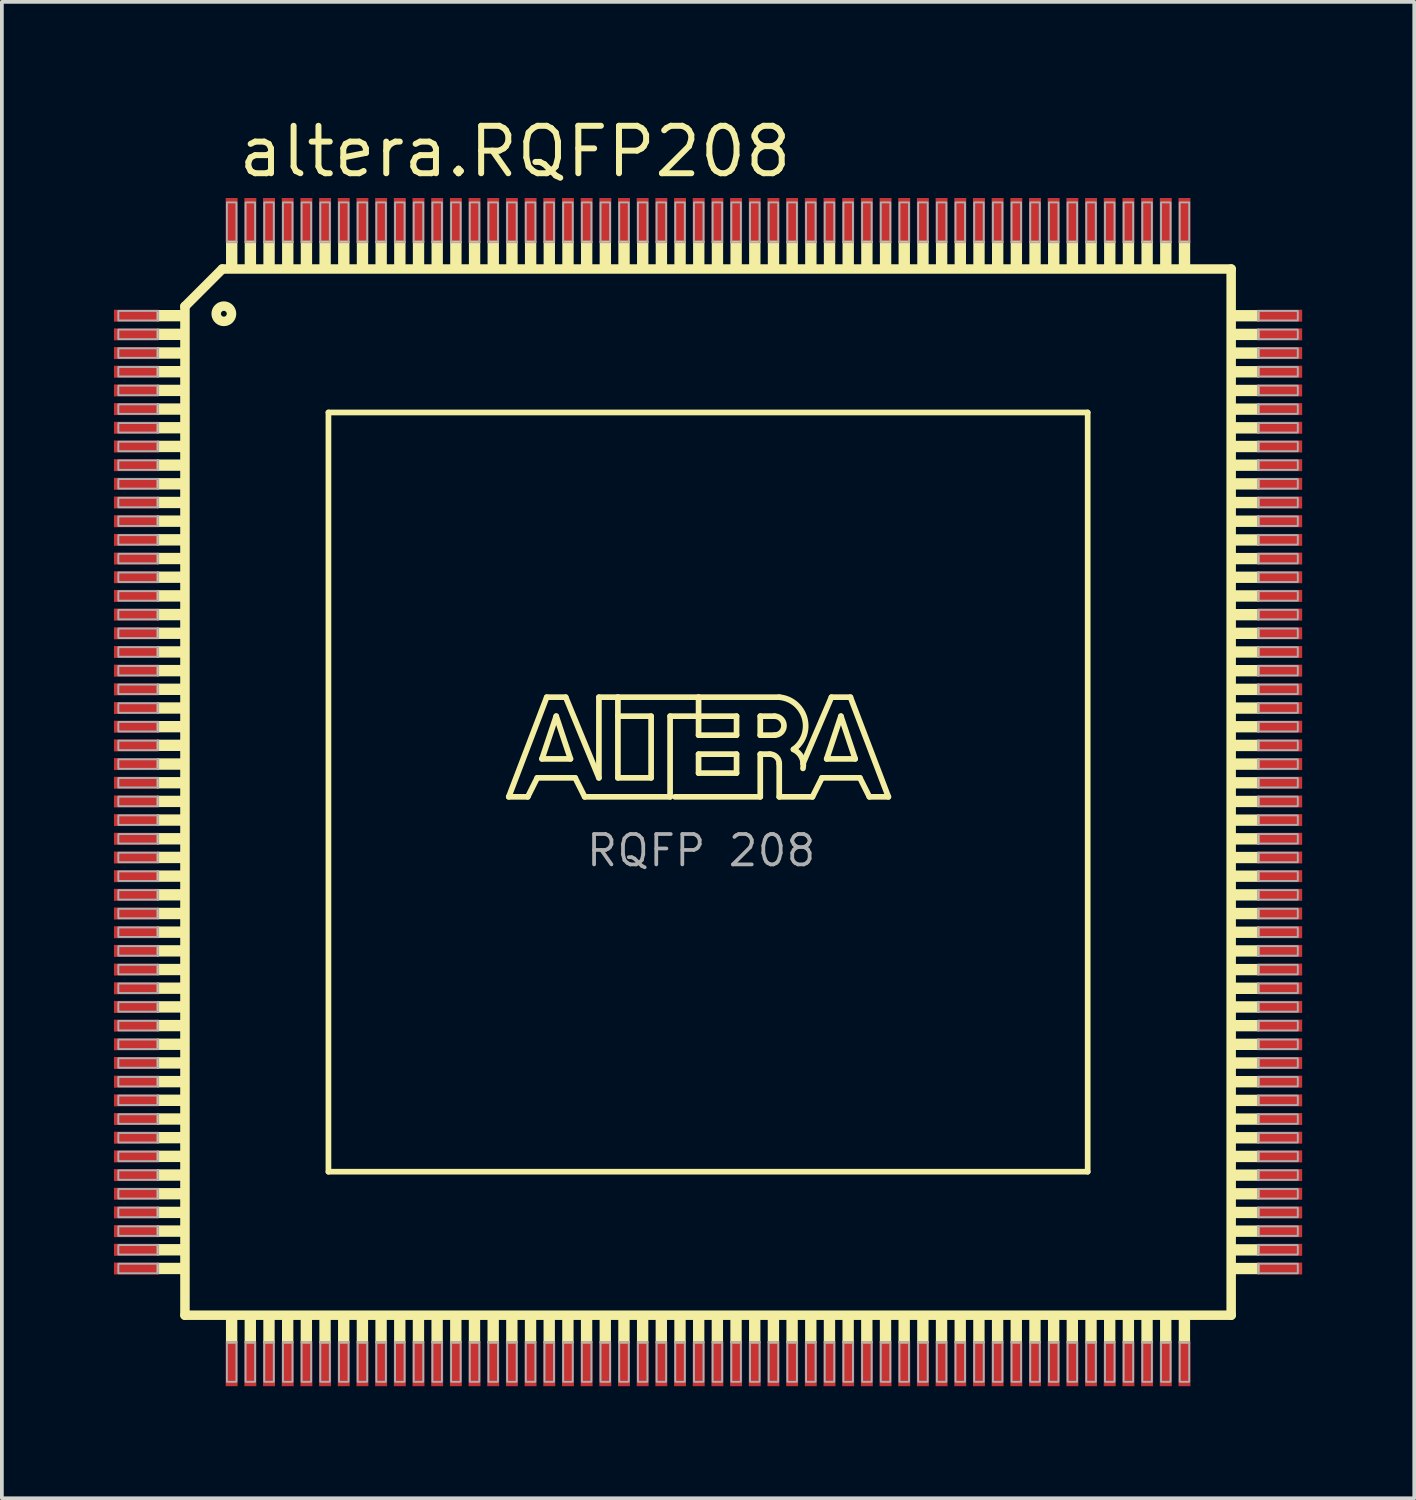
<source format=kicad_pcb>
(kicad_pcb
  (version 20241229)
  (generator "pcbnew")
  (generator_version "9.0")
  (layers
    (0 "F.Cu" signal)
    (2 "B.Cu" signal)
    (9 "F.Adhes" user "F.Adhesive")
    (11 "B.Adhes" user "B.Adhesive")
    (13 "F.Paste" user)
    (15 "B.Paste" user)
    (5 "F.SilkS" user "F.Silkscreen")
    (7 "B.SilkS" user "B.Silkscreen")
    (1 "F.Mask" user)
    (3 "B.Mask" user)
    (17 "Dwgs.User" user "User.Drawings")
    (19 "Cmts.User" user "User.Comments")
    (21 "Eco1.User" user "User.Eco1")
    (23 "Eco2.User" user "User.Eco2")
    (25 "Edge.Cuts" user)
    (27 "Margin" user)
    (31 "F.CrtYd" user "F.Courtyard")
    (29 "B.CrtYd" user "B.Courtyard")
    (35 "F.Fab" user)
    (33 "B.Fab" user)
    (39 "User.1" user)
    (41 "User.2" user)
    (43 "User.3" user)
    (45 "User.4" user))
  (footprint "altera.RQFP208"
    (layer "F.Cu")
    (at 15.9 18.149)
    (property "Reference" "altera.RQFP208" (at -12.649 -16.399 0) (layer "F.SilkS") (effects (font (size 1.27 1.27) (thickness 0.16)) (justify left bottom)))
    (attr smd)
    (fp_line (start -14 -13) (end -14 14) (stroke (width 0.254) (type default)) (layer "F.SilkS"))
    (fp_line (start -14 14) (end 14 14) (stroke (width 0.254) (type default)) (layer "F.SilkS"))
    (fp_line (start -13 -14) (end -14 -13) (stroke (width 0.254) (type default)) (layer "F.SilkS"))
    (fp_line (start -10.16 -10.16) (end 10.16 -10.16) (stroke (width 0.152) (type default)) (layer "F.SilkS"))
    (fp_line (start -10.16 10.16) (end -10.16 -10.16) (stroke (width 0.152) (type default)) (layer "F.SilkS"))
    (fp_line (start -5.334 0.127) (end -4.318 -2.54) (stroke (width 0.152) (type default)) (layer "F.SilkS"))
    (fp_line (start -4.826 0.127) (end -5.334 0.127) (stroke (width 0.152) (type default)) (layer "F.SilkS"))
    (fp_line (start -4.572 -0.381) (end -4.826 0.127) (stroke (width 0.152) (type default)) (layer "F.SilkS"))
    (fp_line (start -4.445 -0.889) (end -3.683 -0.889) (stroke (width 0.152) (type default)) (layer "F.SilkS"))
    (fp_line (start -4.318 -2.54) (end -3.81 -2.54) (stroke (width 0.152) (type default)) (layer "F.SilkS"))
    (fp_line (start -4.064 -2.032) (end -4.445 -0.889) (stroke (width 0.152) (type default)) (layer "F.SilkS"))
    (fp_line (start -3.81 -2.54) (end -2.921 -0.381) (stroke (width 0.152) (type default)) (layer "F.SilkS"))
    (fp_line (start -3.683 -0.889) (end -4.064 -2.032) (stroke (width 0.152) (type default)) (layer "F.SilkS"))
    (fp_line (start -3.556 -0.381) (end -4.572 -0.381) (stroke (width 0.152) (type default)) (layer "F.SilkS"))
    (fp_line (start -3.302 0.127) (end -3.556 -0.381) (stroke (width 0.152) (type default)) (layer "F.SilkS"))
    (fp_line (start -2.921 -2.54) (end -2.413 -2.54) (stroke (width 0.152) (type default)) (layer "F.SilkS"))
    (fp_line (start -2.921 -0.381) (end -2.921 -2.54) (stroke (width 0.152) (type default)) (layer "F.SilkS"))
    (fp_line (start -2.413 -2.54) (end -2.413 -2.032) (stroke (width 0.152) (type default)) (layer "F.SilkS"))
    (fp_line (start -2.413 -2.54) (end -0.254 -2.54) (stroke (width 0.152) (type default)) (layer "F.SilkS"))
    (fp_line (start -2.413 -2.032) (end -2.413 -0.381) (stroke (width 0.152) (type default)) (layer "F.SilkS"))
    (fp_line (start -2.413 -0.381) (end -1.524 -0.381) (stroke (width 0.152) (type default)) (layer "F.SilkS"))
    (fp_line (start -1.524 -2.032) (end -2.413 -2.032) (stroke (width 0.152) (type default)) (layer "F.SilkS"))
    (fp_line (start -1.524 -0.381) (end -1.524 -2.032) (stroke (width 0.152) (type default)) (layer "F.SilkS"))
    (fp_line (start -1.016 -2.032) (end -1.016 0.127) (stroke (width 0.152) (type default)) (layer "F.SilkS"))
    (fp_line (start -1.016 0.127) (end -3.302 0.127) (stroke (width 0.152) (type default)) (layer "F.SilkS"))
    (fp_line (start -0.254 -2.54) (end -0.254 -2.032) (stroke (width 0.152) (type default)) (layer "F.SilkS"))
    (fp_line (start -0.254 -2.54) (end 1.905 -2.54) (stroke (width 0.152) (type default)) (layer "F.SilkS"))
    (fp_line (start -0.254 -2.032) (end -1.016 -2.032) (stroke (width 0.152) (type default)) (layer "F.SilkS"))
    (fp_line (start -0.254 -2.032) (end -0.254 -1.524) (stroke (width 0.152) (type default)) (layer "F.SilkS"))
    (fp_line (start -0.254 -1.524) (end 0.762 -1.524) (stroke (width 0.152) (type default)) (layer "F.SilkS"))
    (fp_line (start -0.254 -1.016) (end 0.762 -1.016) (stroke (width 0.152) (type default)) (layer "F.SilkS"))
    (fp_line (start -0.254 -0.508) (end -0.254 -1.016) (stroke (width 0.152) (type default)) (layer "F.SilkS"))
    (fp_line (start 0.762 -2.032) (end -0.254 -2.032) (stroke (width 0.152) (type default)) (layer "F.SilkS"))
    (fp_line (start 0.762 -1.524) (end 0.762 -2.032) (stroke (width 0.152) (type default)) (layer "F.SilkS"))
    (fp_line (start 0.762 -1.016) (end 0.762 -0.508) (stroke (width 0.152) (type default)) (layer "F.SilkS"))
    (fp_line (start 0.762 -0.508) (end -0.254 -0.508) (stroke (width 0.152) (type default)) (layer "F.SilkS"))
    (fp_line (start 1.397 -2.032) (end 1.397 -1.524) (stroke (width 0.152) (type default)) (layer "F.SilkS"))
    (fp_line (start 1.397 -1.524) (end 1.778 -1.524) (stroke (width 0.152) (type default)) (layer "F.SilkS"))
    (fp_line (start 1.397 -1.016) (end 1.397 0.127) (stroke (width 0.152) (type default)) (layer "F.SilkS"))
    (fp_line (start 1.397 -1.016) (end 1.651 -1.016) (stroke (width 0.152) (type default)) (layer "F.SilkS"))
    (fp_line (start 1.397 0.127) (end -0.889 0.127) (stroke (width 0.152) (type default)) (layer "F.SilkS"))
    (fp_line (start 1.778 -2.032) (end 1.397 -2.032) (stroke (width 0.152) (type default)) (layer "F.SilkS"))
    (fp_line (start 1.905 -0.762) (end 1.905 0.127) (stroke (width 0.152) (type default)) (layer "F.SilkS"))
    (fp_line (start 1.905 0.127) (end 2.794 0.127) (stroke (width 0.152) (type default)) (layer "F.SilkS"))
    (fp_line (start 2.794 0.127) (end 3.048 -0.381) (stroke (width 0.152) (type default)) (layer "F.SilkS"))
    (fp_line (start 3.048 -0.381) (end 4.064 -0.381) (stroke (width 0.152) (type default)) (layer "F.SilkS"))
    (fp_line (start 3.175 -0.889) (end 3.556 -2.032) (stroke (width 0.152) (type default)) (layer "F.SilkS"))
    (fp_line (start 3.302 -2.54) (end 2.54 -0.762) (stroke (width 0.152) (type default)) (layer "F.SilkS"))
    (fp_line (start 3.556 -2.032) (end 3.937 -0.889) (stroke (width 0.152) (type default)) (layer "F.SilkS"))
    (fp_line (start 3.81 -2.54) (end 3.302 -2.54) (stroke (width 0.152) (type default)) (layer "F.SilkS"))
    (fp_line (start 3.937 -0.889) (end 3.175 -0.889) (stroke (width 0.152) (type default)) (layer "F.SilkS"))
    (fp_line (start 4.064 -0.381) (end 4.318 0.127) (stroke (width 0.152) (type default)) (layer "F.SilkS"))
    (fp_line (start 4.318 0.127) (end 4.826 0.127) (stroke (width 0.152) (type default)) (layer "F.SilkS"))
    (fp_line (start 4.826 0.127) (end 3.81 -2.54) (stroke (width 0.152) (type default)) (layer "F.SilkS"))
    (fp_line (start 10.16 -10.16) (end 10.16 10.16) (stroke (width 0.152) (type default)) (layer "F.SilkS"))
    (fp_line (start 10.16 10.16) (end -10.16 10.16) (stroke (width 0.152) (type default)) (layer "F.SilkS"))
    (fp_line (start 14 -14) (end -13 -14) (stroke (width 0.254) (type default)) (layer "F.SilkS"))
    (fp_line (start 14 14) (end 14 -14) (stroke (width 0.254) (type default)) (layer "F.SilkS"))
    (fp_rect (start -14.732 -12.624) (end -14.097 -12.878) (stroke (width 0.05) (type default)) (fill yes) (layer "F.SilkS"))
    (fp_rect (start -14.732 -12.124) (end -14.097 -12.378) (stroke (width 0.05) (type default)) (fill yes) (layer "F.SilkS"))
    (fp_rect (start -14.732 -11.624) (end -14.097 -11.878) (stroke (width 0.05) (type default)) (fill yes) (layer "F.SilkS"))
    (fp_rect (start -14.732 -11.124) (end -14.097 -11.378) (stroke (width 0.05) (type default)) (fill yes) (layer "F.SilkS"))
    (fp_rect (start -14.732 -10.624) (end -14.097 -10.878) (stroke (width 0.05) (type default)) (fill yes) (layer "F.SilkS"))
    (fp_rect (start -14.732 -10.124) (end -14.097 -10.378) (stroke (width 0.05) (type default)) (fill yes) (layer "F.SilkS"))
    (fp_rect (start -14.732 -9.624) (end -14.097 -9.878) (stroke (width 0.05) (type default)) (fill yes) (layer "F.SilkS"))
    (fp_rect (start -14.732 -9.124) (end -14.097 -9.378) (stroke (width 0.05) (type default)) (fill yes) (layer "F.SilkS"))
    (fp_rect (start -14.732 -8.624) (end -14.097 -8.878) (stroke (width 0.05) (type default)) (fill yes) (layer "F.SilkS"))
    (fp_rect (start -14.732 -8.124) (end -14.097 -8.378) (stroke (width 0.05) (type default)) (fill yes) (layer "F.SilkS"))
    (fp_rect (start -14.732 -7.624) (end -14.097 -7.878) (stroke (width 0.05) (type default)) (fill yes) (layer "F.SilkS"))
    (fp_rect (start -14.732 -7.124) (end -14.097 -7.378) (stroke (width 0.05) (type default)) (fill yes) (layer "F.SilkS"))
    (fp_rect (start -14.732 -6.624) (end -14.097 -6.878) (stroke (width 0.05) (type default)) (fill yes) (layer "F.SilkS"))
    (fp_rect (start -14.732 -6.124) (end -14.097 -6.378) (stroke (width 0.05) (type default)) (fill yes) (layer "F.SilkS"))
    (fp_rect (start -14.732 -5.624) (end -14.097 -5.878) (stroke (width 0.05) (type default)) (fill yes) (layer "F.SilkS"))
    (fp_rect (start -14.732 -5.124) (end -14.097 -5.378) (stroke (width 0.05) (type default)) (fill yes) (layer "F.SilkS"))
    (fp_rect (start -14.732 -4.624) (end -14.097 -4.878) (stroke (width 0.05) (type default)) (fill yes) (layer "F.SilkS"))
    (fp_rect (start -14.732 -4.124) (end -14.097 -4.378) (stroke (width 0.05) (type default)) (fill yes) (layer "F.SilkS"))
    (fp_rect (start -14.732 -3.624) (end -14.097 -3.878) (stroke (width 0.05) (type default)) (fill yes) (layer "F.SilkS"))
    (fp_rect (start -14.732 -3.124) (end -14.097 -3.378) (stroke (width 0.05) (type default)) (fill yes) (layer "F.SilkS"))
    (fp_rect (start -14.732 -2.624) (end -14.097 -2.878) (stroke (width 0.05) (type default)) (fill yes) (layer "F.SilkS"))
    (fp_rect (start -14.732 -2.124) (end -14.097 -2.378) (stroke (width 0.05) (type default)) (fill yes) (layer "F.SilkS"))
    (fp_rect (start -14.732 -1.624) (end -14.097 -1.878) (stroke (width 0.05) (type default)) (fill yes) (layer "F.SilkS"))
    (fp_rect (start -14.732 -1.124) (end -14.097 -1.378) (stroke (width 0.05) (type default)) (fill yes) (layer "F.SilkS"))
    (fp_rect (start -14.732 -0.624) (end -14.097 -0.878) (stroke (width 0.05) (type default)) (fill yes) (layer "F.SilkS"))
    (fp_rect (start -14.732 -0.124) (end -14.097 -0.378) (stroke (width 0.05) (type default)) (fill yes) (layer "F.SilkS"))
    (fp_rect (start -14.732 0.376) (end -14.097 0.122) (stroke (width 0.05) (type default)) (fill yes) (layer "F.SilkS"))
    (fp_rect (start -14.732 0.876) (end -14.097 0.622) (stroke (width 0.05) (type default)) (fill yes) (layer "F.SilkS"))
    (fp_rect (start -14.732 1.376) (end -14.097 1.122) (stroke (width 0.05) (type default)) (fill yes) (layer "F.SilkS"))
    (fp_rect (start -14.732 1.876) (end -14.097 1.622) (stroke (width 0.05) (type default)) (fill yes) (layer "F.SilkS"))
    (fp_rect (start -14.732 2.376) (end -14.097 2.122) (stroke (width 0.05) (type default)) (fill yes) (layer "F.SilkS"))
    (fp_rect (start -14.732 2.876) (end -14.097 2.622) (stroke (width 0.05) (type default)) (fill yes) (layer "F.SilkS"))
    (fp_rect (start -14.732 3.376) (end -14.097 3.122) (stroke (width 0.05) (type default)) (fill yes) (layer "F.SilkS"))
    (fp_rect (start -14.732 3.876) (end -14.097 3.622) (stroke (width 0.05) (type default)) (fill yes) (layer "F.SilkS"))
    (fp_rect (start -14.732 4.376) (end -14.097 4.122) (stroke (width 0.05) (type default)) (fill yes) (layer "F.SilkS"))
    (fp_rect (start -14.732 4.876) (end -14.097 4.622) (stroke (width 0.05) (type default)) (fill yes) (layer "F.SilkS"))
    (fp_rect (start -14.732 5.376) (end -14.097 5.122) (stroke (width 0.05) (type default)) (fill yes) (layer "F.SilkS"))
    (fp_rect (start -14.732 5.876) (end -14.097 5.622) (stroke (width 0.05) (type default)) (fill yes) (layer "F.SilkS"))
    (fp_rect (start -14.732 6.376) (end -14.097 6.122) (stroke (width 0.05) (type default)) (fill yes) (layer "F.SilkS"))
    (fp_rect (start -14.732 6.876) (end -14.097 6.622) (stroke (width 0.05) (type default)) (fill yes) (layer "F.SilkS"))
    (fp_rect (start -14.732 7.376) (end -14.097 7.122) (stroke (width 0.05) (type default)) (fill yes) (layer "F.SilkS"))
    (fp_rect (start -14.732 7.876) (end -14.097 7.622) (stroke (width 0.05) (type default)) (fill yes) (layer "F.SilkS"))
    (fp_rect (start -14.732 8.376) (end -14.097 8.122) (stroke (width 0.05) (type default)) (fill yes) (layer "F.SilkS"))
    (fp_rect (start -14.732 8.876) (end -14.097 8.622) (stroke (width 0.05) (type default)) (fill yes) (layer "F.SilkS"))
    (fp_rect (start -14.732 9.376) (end -14.097 9.122) (stroke (width 0.05) (type default)) (fill yes) (layer "F.SilkS"))
    (fp_rect (start -14.732 9.876) (end -14.097 9.622) (stroke (width 0.05) (type default)) (fill yes) (layer "F.SilkS"))
    (fp_rect (start -14.732 10.376) (end -14.097 10.122) (stroke (width 0.05) (type default)) (fill yes) (layer "F.SilkS"))
    (fp_rect (start -14.732 10.876) (end -14.097 10.622) (stroke (width 0.05) (type default)) (fill yes) (layer "F.SilkS"))
    (fp_rect (start -14.732 11.376) (end -14.097 11.122) (stroke (width 0.05) (type default)) (fill yes) (layer "F.SilkS"))
    (fp_rect (start -14.732 11.876) (end -14.097 11.622) (stroke (width 0.05) (type default)) (fill yes) (layer "F.SilkS"))
    (fp_rect (start -14.732 12.376) (end -14.097 12.122) (stroke (width 0.05) (type default)) (fill yes) (layer "F.SilkS"))
    (fp_rect (start -14.732 12.876) (end -14.097 12.622) (stroke (width 0.05) (type default)) (fill yes) (layer "F.SilkS"))
    (fp_rect (start -12.878 14.732) (end -12.624 14.097) (stroke (width 0.05) (type default)) (fill yes) (layer "F.SilkS"))
    (fp_rect (start -12.876 -14.097) (end -12.622 -14.732) (stroke (width 0.05) (type default)) (fill yes) (layer "F.SilkS"))
    (fp_rect (start -12.378 14.732) (end -12.124 14.097) (stroke (width 0.05) (type default)) (fill yes) (layer "F.SilkS"))
    (fp_rect (start -12.376 -14.097) (end -12.122 -14.732) (stroke (width 0.05) (type default)) (fill yes) (layer "F.SilkS"))
    (fp_rect (start -11.878 14.732) (end -11.624 14.097) (stroke (width 0.05) (type default)) (fill yes) (layer "F.SilkS"))
    (fp_rect (start -11.876 -14.097) (end -11.622 -14.732) (stroke (width 0.05) (type default)) (fill yes) (layer "F.SilkS"))
    (fp_rect (start -11.378 14.732) (end -11.124 14.097) (stroke (width 0.05) (type default)) (fill yes) (layer "F.SilkS"))
    (fp_rect (start -11.376 -14.097) (end -11.122 -14.732) (stroke (width 0.05) (type default)) (fill yes) (layer "F.SilkS"))
    (fp_rect (start -10.878 14.732) (end -10.624 14.097) (stroke (width 0.05) (type default)) (fill yes) (layer "F.SilkS"))
    (fp_rect (start -10.876 -14.097) (end -10.622 -14.732) (stroke (width 0.05) (type default)) (fill yes) (layer "F.SilkS"))
    (fp_rect (start -10.378 14.732) (end -10.124 14.097) (stroke (width 0.05) (type default)) (fill yes) (layer "F.SilkS"))
    (fp_rect (start -10.376 -14.097) (end -10.122 -14.732) (stroke (width 0.05) (type default)) (fill yes) (layer "F.SilkS"))
    (fp_rect (start -9.878 14.732) (end -9.624 14.097) (stroke (width 0.05) (type default)) (fill yes) (layer "F.SilkS"))
    (fp_rect (start -9.876 -14.097) (end -9.622 -14.732) (stroke (width 0.05) (type default)) (fill yes) (layer "F.SilkS"))
    (fp_rect (start -9.378 14.732) (end -9.124 14.097) (stroke (width 0.05) (type default)) (fill yes) (layer "F.SilkS"))
    (fp_rect (start -9.376 -14.097) (end -9.122 -14.732) (stroke (width 0.05) (type default)) (fill yes) (layer "F.SilkS"))
    (fp_rect (start -8.878 14.732) (end -8.624 14.097) (stroke (width 0.05) (type default)) (fill yes) (layer "F.SilkS"))
    (fp_rect (start -8.876 -14.097) (end -8.622 -14.732) (stroke (width 0.05) (type default)) (fill yes) (layer "F.SilkS"))
    (fp_rect (start -8.378 14.732) (end -8.124 14.097) (stroke (width 0.05) (type default)) (fill yes) (layer "F.SilkS"))
    (fp_rect (start -8.376 -14.097) (end -8.122 -14.732) (stroke (width 0.05) (type default)) (fill yes) (layer "F.SilkS"))
    (fp_rect (start -7.878 14.732) (end -7.624 14.097) (stroke (width 0.05) (type default)) (fill yes) (layer "F.SilkS"))
    (fp_rect (start -7.876 -14.097) (end -7.622 -14.732) (stroke (width 0.05) (type default)) (fill yes) (layer "F.SilkS"))
    (fp_rect (start -7.378 14.732) (end -7.124 14.097) (stroke (width 0.05) (type default)) (fill yes) (layer "F.SilkS"))
    (fp_rect (start -7.376 -14.097) (end -7.122 -14.732) (stroke (width 0.05) (type default)) (fill yes) (layer "F.SilkS"))
    (fp_rect (start -6.878 14.732) (end -6.624 14.097) (stroke (width 0.05) (type default)) (fill yes) (layer "F.SilkS"))
    (fp_rect (start -6.876 -14.097) (end -6.622 -14.732) (stroke (width 0.05) (type default)) (fill yes) (layer "F.SilkS"))
    (fp_rect (start -6.378 14.732) (end -6.124 14.097) (stroke (width 0.05) (type default)) (fill yes) (layer "F.SilkS"))
    (fp_rect (start -6.376 -14.097) (end -6.122 -14.732) (stroke (width 0.05) (type default)) (fill yes) (layer "F.SilkS"))
    (fp_rect (start -5.878 14.732) (end -5.624 14.097) (stroke (width 0.05) (type default)) (fill yes) (layer "F.SilkS"))
    (fp_rect (start -5.876 -14.097) (end -5.622 -14.732) (stroke (width 0.05) (type default)) (fill yes) (layer "F.SilkS"))
    (fp_rect (start -5.378 14.732) (end -5.124 14.097) (stroke (width 0.05) (type default)) (fill yes) (layer "F.SilkS"))
    (fp_rect (start -5.376 -14.097) (end -5.122 -14.732) (stroke (width 0.05) (type default)) (fill yes) (layer "F.SilkS"))
    (fp_rect (start -4.878 14.732) (end -4.624 14.097) (stroke (width 0.05) (type default)) (fill yes) (layer "F.SilkS"))
    (fp_rect (start -4.876 -14.097) (end -4.622 -14.732) (stroke (width 0.05) (type default)) (fill yes) (layer "F.SilkS"))
    (fp_rect (start -4.378 14.732) (end -4.124 14.097) (stroke (width 0.05) (type default)) (fill yes) (layer "F.SilkS"))
    (fp_rect (start -4.376 -14.097) (end -4.122 -14.732) (stroke (width 0.05) (type default)) (fill yes) (layer "F.SilkS"))
    (fp_rect (start -3.878 14.732) (end -3.624 14.097) (stroke (width 0.05) (type default)) (fill yes) (layer "F.SilkS"))
    (fp_rect (start -3.876 -14.097) (end -3.622 -14.732) (stroke (width 0.05) (type default)) (fill yes) (layer "F.SilkS"))
    (fp_rect (start -3.378 14.732) (end -3.124 14.097) (stroke (width 0.05) (type default)) (fill yes) (layer "F.SilkS"))
    (fp_rect (start -3.376 -14.097) (end -3.122 -14.732) (stroke (width 0.05) (type default)) (fill yes) (layer "F.SilkS"))
    (fp_rect (start -2.878 14.732) (end -2.624 14.097) (stroke (width 0.05) (type default)) (fill yes) (layer "F.SilkS"))
    (fp_rect (start -2.876 -14.097) (end -2.622 -14.732) (stroke (width 0.05) (type default)) (fill yes) (layer "F.SilkS"))
    (fp_rect (start -2.378 14.732) (end -2.124 14.097) (stroke (width 0.05) (type default)) (fill yes) (layer "F.SilkS"))
    (fp_rect (start -2.376 -14.097) (end -2.122 -14.732) (stroke (width 0.05) (type default)) (fill yes) (layer "F.SilkS"))
    (fp_rect (start -1.878 14.732) (end -1.624 14.097) (stroke (width 0.05) (type default)) (fill yes) (layer "F.SilkS"))
    (fp_rect (start -1.876 -14.097) (end -1.622 -14.732) (stroke (width 0.05) (type default)) (fill yes) (layer "F.SilkS"))
    (fp_rect (start -1.378 14.732) (end -1.124 14.097) (stroke (width 0.05) (type default)) (fill yes) (layer "F.SilkS"))
    (fp_rect (start -1.376 -14.097) (end -1.122 -14.732) (stroke (width 0.05) (type default)) (fill yes) (layer "F.SilkS"))
    (fp_rect (start -0.878 14.732) (end -0.624 14.097) (stroke (width 0.05) (type default)) (fill yes) (layer "F.SilkS"))
    (fp_rect (start -0.876 -14.097) (end -0.622 -14.732) (stroke (width 0.05) (type default)) (fill yes) (layer "F.SilkS"))
    (fp_rect (start -0.378 14.732) (end -0.124 14.097) (stroke (width 0.05) (type default)) (fill yes) (layer "F.SilkS"))
    (fp_rect (start -0.376 -14.097) (end -0.122 -14.732) (stroke (width 0.05) (type default)) (fill yes) (layer "F.SilkS"))
    (fp_rect (start 0.122 14.732) (end 0.376 14.097) (stroke (width 0.05) (type default)) (fill yes) (layer "F.SilkS"))
    (fp_rect (start 0.124 -14.097) (end 0.378 -14.732) (stroke (width 0.05) (type default)) (fill yes) (layer "F.SilkS"))
    (fp_rect (start 0.622 14.732) (end 0.876 14.097) (stroke (width 0.05) (type default)) (fill yes) (layer "F.SilkS"))
    (fp_rect (start 0.624 -14.097) (end 0.878 -14.732) (stroke (width 0.05) (type default)) (fill yes) (layer "F.SilkS"))
    (fp_rect (start 1.122 14.732) (end 1.376 14.097) (stroke (width 0.05) (type default)) (fill yes) (layer "F.SilkS"))
    (fp_rect (start 1.124 -14.097) (end 1.378 -14.732) (stroke (width 0.05) (type default)) (fill yes) (layer "F.SilkS"))
    (fp_rect (start 1.622 14.732) (end 1.876 14.097) (stroke (width 0.05) (type default)) (fill yes) (layer "F.SilkS"))
    (fp_rect (start 1.624 -14.097) (end 1.878 -14.732) (stroke (width 0.05) (type default)) (fill yes) (layer "F.SilkS"))
    (fp_rect (start 2.122 14.732) (end 2.376 14.097) (stroke (width 0.05) (type default)) (fill yes) (layer "F.SilkS"))
    (fp_rect (start 2.124 -14.097) (end 2.378 -14.732) (stroke (width 0.05) (type default)) (fill yes) (layer "F.SilkS"))
    (fp_rect (start 2.622 14.732) (end 2.876 14.097) (stroke (width 0.05) (type default)) (fill yes) (layer "F.SilkS"))
    (fp_rect (start 2.624 -14.097) (end 2.878 -14.732) (stroke (width 0.05) (type default)) (fill yes) (layer "F.SilkS"))
    (fp_rect (start 3.122 14.732) (end 3.376 14.097) (stroke (width 0.05) (type default)) (fill yes) (layer "F.SilkS"))
    (fp_rect (start 3.124 -14.097) (end 3.378 -14.732) (stroke (width 0.05) (type default)) (fill yes) (layer "F.SilkS"))
    (fp_rect (start 3.622 14.732) (end 3.876 14.097) (stroke (width 0.05) (type default)) (fill yes) (layer "F.SilkS"))
    (fp_rect (start 3.624 -14.097) (end 3.878 -14.732) (stroke (width 0.05) (type default)) (fill yes) (layer "F.SilkS"))
    (fp_rect (start 4.122 14.732) (end 4.376 14.097) (stroke (width 0.05) (type default)) (fill yes) (layer "F.SilkS"))
    (fp_rect (start 4.124 -14.097) (end 4.378 -14.732) (stroke (width 0.05) (type default)) (fill yes) (layer "F.SilkS"))
    (fp_rect (start 4.622 14.732) (end 4.876 14.097) (stroke (width 0.05) (type default)) (fill yes) (layer "F.SilkS"))
    (fp_rect (start 4.624 -14.097) (end 4.878 -14.732) (stroke (width 0.05) (type default)) (fill yes) (layer "F.SilkS"))
    (fp_rect (start 5.122 14.732) (end 5.376 14.097) (stroke (width 0.05) (type default)) (fill yes) (layer "F.SilkS"))
    (fp_rect (start 5.124 -14.097) (end 5.378 -14.732) (stroke (width 0.05) (type default)) (fill yes) (layer "F.SilkS"))
    (fp_rect (start 5.622 14.732) (end 5.876 14.097) (stroke (width 0.05) (type default)) (fill yes) (layer "F.SilkS"))
    (fp_rect (start 5.624 -14.097) (end 5.878 -14.732) (stroke (width 0.05) (type default)) (fill yes) (layer "F.SilkS"))
    (fp_rect (start 6.122 14.732) (end 6.376 14.097) (stroke (width 0.05) (type default)) (fill yes) (layer "F.SilkS"))
    (fp_rect (start 6.124 -14.097) (end 6.378 -14.732) (stroke (width 0.05) (type default)) (fill yes) (layer "F.SilkS"))
    (fp_rect (start 6.622 14.732) (end 6.876 14.097) (stroke (width 0.05) (type default)) (fill yes) (layer "F.SilkS"))
    (fp_rect (start 6.624 -14.097) (end 6.878 -14.732) (stroke (width 0.05) (type default)) (fill yes) (layer "F.SilkS"))
    (fp_rect (start 7.122 14.732) (end 7.376 14.097) (stroke (width 0.05) (type default)) (fill yes) (layer "F.SilkS"))
    (fp_rect (start 7.124 -14.097) (end 7.378 -14.732) (stroke (width 0.05) (type default)) (fill yes) (layer "F.SilkS"))
    (fp_rect (start 7.622 14.732) (end 7.876 14.097) (stroke (width 0.05) (type default)) (fill yes) (layer "F.SilkS"))
    (fp_rect (start 7.624 -14.097) (end 7.878 -14.732) (stroke (width 0.05) (type default)) (fill yes) (layer "F.SilkS"))
    (fp_rect (start 8.122 14.732) (end 8.376 14.097) (stroke (width 0.05) (type default)) (fill yes) (layer "F.SilkS"))
    (fp_rect (start 8.124 -14.097) (end 8.378 -14.732) (stroke (width 0.05) (type default)) (fill yes) (layer "F.SilkS"))
    (fp_rect (start 8.622 14.732) (end 8.876 14.097) (stroke (width 0.05) (type default)) (fill yes) (layer "F.SilkS"))
    (fp_rect (start 8.624 -14.097) (end 8.878 -14.732) (stroke (width 0.05) (type default)) (fill yes) (layer "F.SilkS"))
    (fp_rect (start 9.122 14.732) (end 9.376 14.097) (stroke (width 0.05) (type default)) (fill yes) (layer "F.SilkS"))
    (fp_rect (start 9.124 -14.097) (end 9.378 -14.732) (stroke (width 0.05) (type default)) (fill yes) (layer "F.SilkS"))
    (fp_rect (start 9.622 14.732) (end 9.876 14.097) (stroke (width 0.05) (type default)) (fill yes) (layer "F.SilkS"))
    (fp_rect (start 9.624 -14.097) (end 9.878 -14.732) (stroke (width 0.05) (type default)) (fill yes) (layer "F.SilkS"))
    (fp_rect (start 10.122 14.732) (end 10.376 14.097) (stroke (width 0.05) (type default)) (fill yes) (layer "F.SilkS"))
    (fp_rect (start 10.124 -14.097) (end 10.378 -14.732) (stroke (width 0.05) (type default)) (fill yes) (layer "F.SilkS"))
    (fp_rect (start 10.622 14.732) (end 10.876 14.097) (stroke (width 0.05) (type default)) (fill yes) (layer "F.SilkS"))
    (fp_rect (start 10.624 -14.097) (end 10.878 -14.732) (stroke (width 0.05) (type default)) (fill yes) (layer "F.SilkS"))
    (fp_rect (start 11.122 14.732) (end 11.376 14.097) (stroke (width 0.05) (type default)) (fill yes) (layer "F.SilkS"))
    (fp_rect (start 11.124 -14.097) (end 11.378 -14.732) (stroke (width 0.05) (type default)) (fill yes) (layer "F.SilkS"))
    (fp_rect (start 11.622 14.732) (end 11.876 14.097) (stroke (width 0.05) (type default)) (fill yes) (layer "F.SilkS"))
    (fp_rect (start 11.624 -14.097) (end 11.878 -14.732) (stroke (width 0.05) (type default)) (fill yes) (layer "F.SilkS"))
    (fp_rect (start 12.122 14.732) (end 12.376 14.097) (stroke (width 0.05) (type default)) (fill yes) (layer "F.SilkS"))
    (fp_rect (start 12.124 -14.097) (end 12.378 -14.732) (stroke (width 0.05) (type default)) (fill yes) (layer "F.SilkS"))
    (fp_rect (start 12.622 14.732) (end 12.876 14.097) (stroke (width 0.05) (type default)) (fill yes) (layer "F.SilkS"))
    (fp_rect (start 12.624 -14.097) (end 12.878 -14.732) (stroke (width 0.05) (type default)) (fill yes) (layer "F.SilkS"))
    (fp_rect (start 14.097 -12.622) (end 14.732 -12.876) (stroke (width 0.05) (type default)) (fill yes) (layer "F.SilkS"))
    (fp_rect (start 14.097 -12.122) (end 14.732 -12.376) (stroke (width 0.05) (type default)) (fill yes) (layer "F.SilkS"))
    (fp_rect (start 14.097 -11.622) (end 14.732 -11.876) (stroke (width 0.05) (type default)) (fill yes) (layer "F.SilkS"))
    (fp_rect (start 14.097 -11.122) (end 14.732 -11.376) (stroke (width 0.05) (type default)) (fill yes) (layer "F.SilkS"))
    (fp_rect (start 14.097 -10.622) (end 14.732 -10.876) (stroke (width 0.05) (type default)) (fill yes) (layer "F.SilkS"))
    (fp_rect (start 14.097 -10.122) (end 14.732 -10.376) (stroke (width 0.05) (type default)) (fill yes) (layer "F.SilkS"))
    (fp_rect (start 14.097 -9.622) (end 14.732 -9.876) (stroke (width 0.05) (type default)) (fill yes) (layer "F.SilkS"))
    (fp_rect (start 14.097 -9.122) (end 14.732 -9.376) (stroke (width 0.05) (type default)) (fill yes) (layer "F.SilkS"))
    (fp_rect (start 14.097 -8.622) (end 14.732 -8.876) (stroke (width 0.05) (type default)) (fill yes) (layer "F.SilkS"))
    (fp_rect (start 14.097 -8.122) (end 14.732 -8.376) (stroke (width 0.05) (type default)) (fill yes) (layer "F.SilkS"))
    (fp_rect (start 14.097 -7.622) (end 14.732 -7.876) (stroke (width 0.05) (type default)) (fill yes) (layer "F.SilkS"))
    (fp_rect (start 14.097 -7.122) (end 14.732 -7.376) (stroke (width 0.05) (type default)) (fill yes) (layer "F.SilkS"))
    (fp_rect (start 14.097 -6.622) (end 14.732 -6.876) (stroke (width 0.05) (type default)) (fill yes) (layer "F.SilkS"))
    (fp_rect (start 14.097 -6.122) (end 14.732 -6.376) (stroke (width 0.05) (type default)) (fill yes) (layer "F.SilkS"))
    (fp_rect (start 14.097 -5.622) (end 14.732 -5.876) (stroke (width 0.05) (type default)) (fill yes) (layer "F.SilkS"))
    (fp_rect (start 14.097 -5.122) (end 14.732 -5.376) (stroke (width 0.05) (type default)) (fill yes) (layer "F.SilkS"))
    (fp_rect (start 14.097 -4.622) (end 14.732 -4.876) (stroke (width 0.05) (type default)) (fill yes) (layer "F.SilkS"))
    (fp_rect (start 14.097 -4.122) (end 14.732 -4.376) (stroke (width 0.05) (type default)) (fill yes) (layer "F.SilkS"))
    (fp_rect (start 14.097 -3.622) (end 14.732 -3.876) (stroke (width 0.05) (type default)) (fill yes) (layer "F.SilkS"))
    (fp_rect (start 14.097 -3.122) (end 14.732 -3.376) (stroke (width 0.05) (type default)) (fill yes) (layer "F.SilkS"))
    (fp_rect (start 14.097 -2.622) (end 14.732 -2.876) (stroke (width 0.05) (type default)) (fill yes) (layer "F.SilkS"))
    (fp_rect (start 14.097 -2.122) (end 14.732 -2.376) (stroke (width 0.05) (type default)) (fill yes) (layer "F.SilkS"))
    (fp_rect (start 14.097 -1.622) (end 14.732 -1.876) (stroke (width 0.05) (type default)) (fill yes) (layer "F.SilkS"))
    (fp_rect (start 14.097 -1.122) (end 14.732 -1.376) (stroke (width 0.05) (type default)) (fill yes) (layer "F.SilkS"))
    (fp_rect (start 14.097 -0.622) (end 14.732 -0.876) (stroke (width 0.05) (type default)) (fill yes) (layer "F.SilkS"))
    (fp_rect (start 14.097 -0.122) (end 14.732 -0.376) (stroke (width 0.05) (type default)) (fill yes) (layer "F.SilkS"))
    (fp_rect (start 14.097 0.378) (end 14.732 0.124) (stroke (width 0.05) (type default)) (fill yes) (layer "F.SilkS"))
    (fp_rect (start 14.097 0.878) (end 14.732 0.624) (stroke (width 0.05) (type default)) (fill yes) (layer "F.SilkS"))
    (fp_rect (start 14.097 1.378) (end 14.732 1.124) (stroke (width 0.05) (type default)) (fill yes) (layer "F.SilkS"))
    (fp_rect (start 14.097 1.878) (end 14.732 1.624) (stroke (width 0.05) (type default)) (fill yes) (layer "F.SilkS"))
    (fp_rect (start 14.097 2.378) (end 14.732 2.124) (stroke (width 0.05) (type default)) (fill yes) (layer "F.SilkS"))
    (fp_rect (start 14.097 2.878) (end 14.732 2.624) (stroke (width 0.05) (type default)) (fill yes) (layer "F.SilkS"))
    (fp_rect (start 14.097 3.378) (end 14.732 3.124) (stroke (width 0.05) (type default)) (fill yes) (layer "F.SilkS"))
    (fp_rect (start 14.097 3.878) (end 14.732 3.624) (stroke (width 0.05) (type default)) (fill yes) (layer "F.SilkS"))
    (fp_rect (start 14.097 4.378) (end 14.732 4.124) (stroke (width 0.05) (type default)) (fill yes) (layer "F.SilkS"))
    (fp_rect (start 14.097 4.878) (end 14.732 4.624) (stroke (width 0.05) (type default)) (fill yes) (layer "F.SilkS"))
    (fp_rect (start 14.097 5.378) (end 14.732 5.124) (stroke (width 0.05) (type default)) (fill yes) (layer "F.SilkS"))
    (fp_rect (start 14.097 5.878) (end 14.732 5.624) (stroke (width 0.05) (type default)) (fill yes) (layer "F.SilkS"))
    (fp_rect (start 14.097 6.378) (end 14.732 6.124) (stroke (width 0.05) (type default)) (fill yes) (layer "F.SilkS"))
    (fp_rect (start 14.097 6.878) (end 14.732 6.624) (stroke (width 0.05) (type default)) (fill yes) (layer "F.SilkS"))
    (fp_rect (start 14.097 7.378) (end 14.732 7.124) (stroke (width 0.05) (type default)) (fill yes) (layer "F.SilkS"))
    (fp_rect (start 14.097 7.878) (end 14.732 7.624) (stroke (width 0.05) (type default)) (fill yes) (layer "F.SilkS"))
    (fp_rect (start 14.097 8.378) (end 14.732 8.124) (stroke (width 0.05) (type default)) (fill yes) (layer "F.SilkS"))
    (fp_rect (start 14.097 8.878) (end 14.732 8.624) (stroke (width 0.05) (type default)) (fill yes) (layer "F.SilkS"))
    (fp_rect (start 14.097 9.378) (end 14.732 9.124) (stroke (width 0.05) (type default)) (fill yes) (layer "F.SilkS"))
    (fp_rect (start 14.097 9.878) (end 14.732 9.624) (stroke (width 0.05) (type default)) (fill yes) (layer "F.SilkS"))
    (fp_rect (start 14.097 10.378) (end 14.732 10.124) (stroke (width 0.05) (type default)) (fill yes) (layer "F.SilkS"))
    (fp_rect (start 14.097 10.878) (end 14.732 10.624) (stroke (width 0.05) (type default)) (fill yes) (layer "F.SilkS"))
    (fp_rect (start 14.097 11.378) (end 14.732 11.124) (stroke (width 0.05) (type default)) (fill yes) (layer "F.SilkS"))
    (fp_rect (start 14.097 11.878) (end 14.732 11.624) (stroke (width 0.05) (type default)) (fill yes) (layer "F.SilkS"))
    (fp_rect (start 14.097 12.378) (end 14.732 12.124) (stroke (width 0.05) (type default)) (fill yes) (layer "F.SilkS"))
    (fp_rect (start 14.097 12.878) (end 14.732 12.624) (stroke (width 0.05) (type default)) (fill yes) (layer "F.SilkS"))
    (fp_arc (start 1.651 -1.016) (mid 1.830605 -0.941605) (end 1.905 -0.762) (stroke (width 0.1524) (type default)) (layer "F.SilkS"))
    (fp_arc (start 1.778 -2.032) (mid 2.032 -1.778) (end 1.778 -1.524) (stroke (width 0.1524) (type default)) (layer "F.SilkS"))
    (fp_arc (start 1.905 -2.54) (mid 2.585094 -1.97463) (end 2.2861 -1.1423) (stroke (width 0.1524) (type default)) (layer "F.SilkS"))
    (fp_arc (start 2.286 -1.143) (mid 2.502216 -0.933585) (end 2.5403 -0.635) (stroke (width 0.1524) (type default)) (layer "F.SilkS"))
    (fp_circle (center -12.959 -12.802) (end -12.754 -12.802) (stroke (width 0.254) (type default)) (fill no) (layer "F.SilkS"))
    (fp_rect (start -15.783 -12.623) (end -14.716 -12.877) (stroke (width 0.05) (type default)) (fill no) (layer "F.Fab"))
    (fp_rect (start -15.783 -12.123) (end -14.716 -12.377) (stroke (width 0.05) (type default)) (fill no) (layer "F.Fab"))
    (fp_rect (start -15.783 -11.623) (end -14.716 -11.877) (stroke (width 0.05) (type default)) (fill no) (layer "F.Fab"))
    (fp_rect (start -15.783 -11.123) (end -14.716 -11.377) (stroke (width 0.05) (type default)) (fill no) (layer "F.Fab"))
    (fp_rect (start -15.783 -10.623) (end -14.716 -10.877) (stroke (width 0.05) (type default)) (fill no) (layer "F.Fab"))
    (fp_rect (start -15.783 -10.123) (end -14.716 -10.377) (stroke (width 0.05) (type default)) (fill no) (layer "F.Fab"))
    (fp_rect (start -15.783 -9.623) (end -14.716 -9.877) (stroke (width 0.05) (type default)) (fill no) (layer "F.Fab"))
    (fp_rect (start -15.783 -9.123) (end -14.716 -9.377) (stroke (width 0.05) (type default)) (fill no) (layer "F.Fab"))
    (fp_rect (start -15.783 -8.623) (end -14.716 -8.877) (stroke (width 0.05) (type default)) (fill no) (layer "F.Fab"))
    (fp_rect (start -15.783 -8.123) (end -14.716 -8.377) (stroke (width 0.05) (type default)) (fill no) (layer "F.Fab"))
    (fp_rect (start -15.783 -7.623) (end -14.716 -7.877) (stroke (width 0.05) (type default)) (fill no) (layer "F.Fab"))
    (fp_rect (start -15.783 -7.123) (end -14.716 -7.377) (stroke (width 0.05) (type default)) (fill no) (layer "F.Fab"))
    (fp_rect (start -15.783 -6.623) (end -14.716 -6.877) (stroke (width 0.05) (type default)) (fill no) (layer "F.Fab"))
    (fp_rect (start -15.783 -6.123) (end -14.716 -6.377) (stroke (width 0.05) (type default)) (fill no) (layer "F.Fab"))
    (fp_rect (start -15.783 -5.623) (end -14.716 -5.877) (stroke (width 0.05) (type default)) (fill no) (layer "F.Fab"))
    (fp_rect (start -15.783 -5.123) (end -14.716 -5.377) (stroke (width 0.05) (type default)) (fill no) (layer "F.Fab"))
    (fp_rect (start -15.783 -4.623) (end -14.716 -4.877) (stroke (width 0.05) (type default)) (fill no) (layer "F.Fab"))
    (fp_rect (start -15.783 -4.123) (end -14.716 -4.377) (stroke (width 0.05) (type default)) (fill no) (layer "F.Fab"))
    (fp_rect (start -15.783 -3.623) (end -14.716 -3.877) (stroke (width 0.05) (type default)) (fill no) (layer "F.Fab"))
    (fp_rect (start -15.783 -3.123) (end -14.716 -3.377) (stroke (width 0.05) (type default)) (fill no) (layer "F.Fab"))
    (fp_rect (start -15.783 -2.623) (end -14.716 -2.877) (stroke (width 0.05) (type default)) (fill no) (layer "F.Fab"))
    (fp_rect (start -15.783 -2.123) (end -14.716 -2.377) (stroke (width 0.05) (type default)) (fill no) (layer "F.Fab"))
    (fp_rect (start -15.783 -1.623) (end -14.716 -1.877) (stroke (width 0.05) (type default)) (fill no) (layer "F.Fab"))
    (fp_rect (start -15.783 -1.123) (end -14.716 -1.377) (stroke (width 0.05) (type default)) (fill no) (layer "F.Fab"))
    (fp_rect (start -15.783 -0.623) (end -14.716 -0.877) (stroke (width 0.05) (type default)) (fill no) (layer "F.Fab"))
    (fp_rect (start -15.783 -0.123) (end -14.716 -0.377) (stroke (width 0.05) (type default)) (fill no) (layer "F.Fab"))
    (fp_rect (start -15.783 0.377) (end -14.716 0.123) (stroke (width 0.05) (type default)) (fill no) (layer "F.Fab"))
    (fp_rect (start -15.783 0.877) (end -14.716 0.623) (stroke (width 0.05) (type default)) (fill no) (layer "F.Fab"))
    (fp_rect (start -15.783 1.377) (end -14.716 1.123) (stroke (width 0.05) (type default)) (fill no) (layer "F.Fab"))
    (fp_rect (start -15.783 1.877) (end -14.716 1.623) (stroke (width 0.05) (type default)) (fill no) (layer "F.Fab"))
    (fp_rect (start -15.783 2.377) (end -14.716 2.123) (stroke (width 0.05) (type default)) (fill no) (layer "F.Fab"))
    (fp_rect (start -15.783 2.877) (end -14.716 2.623) (stroke (width 0.05) (type default)) (fill no) (layer "F.Fab"))
    (fp_rect (start -15.783 3.377) (end -14.716 3.123) (stroke (width 0.05) (type default)) (fill no) (layer "F.Fab"))
    (fp_rect (start -15.783 3.877) (end -14.716 3.623) (stroke (width 0.05) (type default)) (fill no) (layer "F.Fab"))
    (fp_rect (start -15.783 4.377) (end -14.716 4.123) (stroke (width 0.05) (type default)) (fill no) (layer "F.Fab"))
    (fp_rect (start -15.783 4.877) (end -14.716 4.623) (stroke (width 0.05) (type default)) (fill no) (layer "F.Fab"))
    (fp_rect (start -15.783 5.377) (end -14.716 5.123) (stroke (width 0.05) (type default)) (fill no) (layer "F.Fab"))
    (fp_rect (start -15.783 5.877) (end -14.716 5.623) (stroke (width 0.05) (type default)) (fill no) (layer "F.Fab"))
    (fp_rect (start -15.783 6.377) (end -14.716 6.123) (stroke (width 0.05) (type default)) (fill no) (layer "F.Fab"))
    (fp_rect (start -15.783 6.877) (end -14.716 6.623) (stroke (width 0.05) (type default)) (fill no) (layer "F.Fab"))
    (fp_rect (start -15.783 7.377) (end -14.716 7.123) (stroke (width 0.05) (type default)) (fill no) (layer "F.Fab"))
    (fp_rect (start -15.783 7.877) (end -14.716 7.623) (stroke (width 0.05) (type default)) (fill no) (layer "F.Fab"))
    (fp_rect (start -15.783 8.377) (end -14.716 8.123) (stroke (width 0.05) (type default)) (fill no) (layer "F.Fab"))
    (fp_rect (start -15.783 8.877) (end -14.716 8.623) (stroke (width 0.05) (type default)) (fill no) (layer "F.Fab"))
    (fp_rect (start -15.783 9.377) (end -14.716 9.123) (stroke (width 0.05) (type default)) (fill no) (layer "F.Fab"))
    (fp_rect (start -15.783 9.877) (end -14.716 9.623) (stroke (width 0.05) (type default)) (fill no) (layer "F.Fab"))
    (fp_rect (start -15.783 10.377) (end -14.716 10.123) (stroke (width 0.05) (type default)) (fill no) (layer "F.Fab"))
    (fp_rect (start -15.783 10.877) (end -14.716 10.623) (stroke (width 0.05) (type default)) (fill no) (layer "F.Fab"))
    (fp_rect (start -15.783 11.377) (end -14.716 11.123) (stroke (width 0.05) (type default)) (fill no) (layer "F.Fab"))
    (fp_rect (start -15.783 11.877) (end -14.716 11.623) (stroke (width 0.05) (type default)) (fill no) (layer "F.Fab"))
    (fp_rect (start -15.783 12.377) (end -14.716 12.123) (stroke (width 0.05) (type default)) (fill no) (layer "F.Fab"))
    (fp_rect (start -15.783 12.877) (end -14.716 12.623) (stroke (width 0.05) (type default)) (fill no) (layer "F.Fab"))
    (fp_rect (start -12.877 -14.716) (end -12.623 -15.783) (stroke (width 0.05) (type default)) (fill no) (layer "F.Fab"))
    (fp_rect (start -12.877 15.783) (end -12.623 14.716) (stroke (width 0.05) (type default)) (fill no) (layer "F.Fab"))
    (fp_rect (start -12.377 -14.716) (end -12.123 -15.783) (stroke (width 0.05) (type default)) (fill no) (layer "F.Fab"))
    (fp_rect (start -12.377 15.783) (end -12.123 14.716) (stroke (width 0.05) (type default)) (fill no) (layer "F.Fab"))
    (fp_rect (start -11.877 -14.716) (end -11.623 -15.783) (stroke (width 0.05) (type default)) (fill no) (layer "F.Fab"))
    (fp_rect (start -11.877 15.783) (end -11.623 14.716) (stroke (width 0.05) (type default)) (fill no) (layer "F.Fab"))
    (fp_rect (start -11.377 -14.716) (end -11.123 -15.783) (stroke (width 0.05) (type default)) (fill no) (layer "F.Fab"))
    (fp_rect (start -11.377 15.783) (end -11.123 14.716) (stroke (width 0.05) (type default)) (fill no) (layer "F.Fab"))
    (fp_rect (start -10.877 -14.716) (end -10.623 -15.783) (stroke (width 0.05) (type default)) (fill no) (layer "F.Fab"))
    (fp_rect (start -10.877 15.783) (end -10.623 14.716) (stroke (width 0.05) (type default)) (fill no) (layer "F.Fab"))
    (fp_rect (start -10.377 -14.716) (end -10.123 -15.783) (stroke (width 0.05) (type default)) (fill no) (layer "F.Fab"))
    (fp_rect (start -10.377 15.783) (end -10.123 14.716) (stroke (width 0.05) (type default)) (fill no) (layer "F.Fab"))
    (fp_rect (start -9.877 -14.716) (end -9.623 -15.783) (stroke (width 0.05) (type default)) (fill no) (layer "F.Fab"))
    (fp_rect (start -9.877 15.783) (end -9.623 14.716) (stroke (width 0.05) (type default)) (fill no) (layer "F.Fab"))
    (fp_rect (start -9.377 -14.716) (end -9.123 -15.783) (stroke (width 0.05) (type default)) (fill no) (layer "F.Fab"))
    (fp_rect (start -9.377 15.783) (end -9.123 14.716) (stroke (width 0.05) (type default)) (fill no) (layer "F.Fab"))
    (fp_rect (start -8.877 -14.716) (end -8.623 -15.783) (stroke (width 0.05) (type default)) (fill no) (layer "F.Fab"))
    (fp_rect (start -8.877 15.783) (end -8.623 14.716) (stroke (width 0.05) (type default)) (fill no) (layer "F.Fab"))
    (fp_rect (start -8.377 -14.716) (end -8.123 -15.783) (stroke (width 0.05) (type default)) (fill no) (layer "F.Fab"))
    (fp_rect (start -8.377 15.783) (end -8.123 14.716) (stroke (width 0.05) (type default)) (fill no) (layer "F.Fab"))
    (fp_rect (start -7.877 -14.716) (end -7.623 -15.783) (stroke (width 0.05) (type default)) (fill no) (layer "F.Fab"))
    (fp_rect (start -7.877 15.783) (end -7.623 14.716) (stroke (width 0.05) (type default)) (fill no) (layer "F.Fab"))
    (fp_rect (start -7.377 -14.716) (end -7.123 -15.783) (stroke (width 0.05) (type default)) (fill no) (layer "F.Fab"))
    (fp_rect (start -7.377 15.783) (end -7.123 14.716) (stroke (width 0.05) (type default)) (fill no) (layer "F.Fab"))
    (fp_rect (start -6.877 -14.716) (end -6.623 -15.783) (stroke (width 0.05) (type default)) (fill no) (layer "F.Fab"))
    (fp_rect (start -6.877 15.783) (end -6.623 14.716) (stroke (width 0.05) (type default)) (fill no) (layer "F.Fab"))
    (fp_rect (start -6.377 -14.716) (end -6.123 -15.783) (stroke (width 0.05) (type default)) (fill no) (layer "F.Fab"))
    (fp_rect (start -6.377 15.783) (end -6.123 14.716) (stroke (width 0.05) (type default)) (fill no) (layer "F.Fab"))
    (fp_rect (start -5.877 -14.716) (end -5.623 -15.783) (stroke (width 0.05) (type default)) (fill no) (layer "F.Fab"))
    (fp_rect (start -5.877 15.783) (end -5.623 14.716) (stroke (width 0.05) (type default)) (fill no) (layer "F.Fab"))
    (fp_rect (start -5.377 -14.716) (end -5.123 -15.783) (stroke (width 0.05) (type default)) (fill no) (layer "F.Fab"))
    (fp_rect (start -5.377 15.783) (end -5.123 14.716) (stroke (width 0.05) (type default)) (fill no) (layer "F.Fab"))
    (fp_rect (start -4.877 -14.716) (end -4.623 -15.783) (stroke (width 0.05) (type default)) (fill no) (layer "F.Fab"))
    (fp_rect (start -4.877 15.783) (end -4.623 14.716) (stroke (width 0.05) (type default)) (fill no) (layer "F.Fab"))
    (fp_rect (start -4.377 -14.716) (end -4.123 -15.783) (stroke (width 0.05) (type default)) (fill no) (layer "F.Fab"))
    (fp_rect (start -4.377 15.783) (end -4.123 14.716) (stroke (width 0.05) (type default)) (fill no) (layer "F.Fab"))
    (fp_rect (start -3.877 -14.716) (end -3.623 -15.783) (stroke (width 0.05) (type default)) (fill no) (layer "F.Fab"))
    (fp_rect (start -3.877 15.783) (end -3.623 14.716) (stroke (width 0.05) (type default)) (fill no) (layer "F.Fab"))
    (fp_rect (start -3.377 -14.716) (end -3.123 -15.783) (stroke (width 0.05) (type default)) (fill no) (layer "F.Fab"))
    (fp_rect (start -3.377 15.783) (end -3.123 14.716) (stroke (width 0.05) (type default)) (fill no) (layer "F.Fab"))
    (fp_rect (start -2.877 -14.716) (end -2.623 -15.783) (stroke (width 0.05) (type default)) (fill no) (layer "F.Fab"))
    (fp_rect (start -2.877 15.783) (end -2.623 14.716) (stroke (width 0.05) (type default)) (fill no) (layer "F.Fab"))
    (fp_rect (start -2.377 -14.716) (end -2.123 -15.783) (stroke (width 0.05) (type default)) (fill no) (layer "F.Fab"))
    (fp_rect (start -2.377 15.783) (end -2.123 14.716) (stroke (width 0.05) (type default)) (fill no) (layer "F.Fab"))
    (fp_rect (start -1.877 -14.716) (end -1.623 -15.783) (stroke (width 0.05) (type default)) (fill no) (layer "F.Fab"))
    (fp_rect (start -1.877 15.783) (end -1.623 14.716) (stroke (width 0.05) (type default)) (fill no) (layer "F.Fab"))
    (fp_rect (start -1.377 -14.716) (end -1.123 -15.783) (stroke (width 0.05) (type default)) (fill no) (layer "F.Fab"))
    (fp_rect (start -1.377 15.783) (end -1.123 14.716) (stroke (width 0.05) (type default)) (fill no) (layer "F.Fab"))
    (fp_rect (start -0.877 -14.716) (end -0.623 -15.783) (stroke (width 0.05) (type default)) (fill no) (layer "F.Fab"))
    (fp_rect (start -0.877 15.783) (end -0.623 14.716) (stroke (width 0.05) (type default)) (fill no) (layer "F.Fab"))
    (fp_rect (start -0.377 -14.716) (end -0.123 -15.783) (stroke (width 0.05) (type default)) (fill no) (layer "F.Fab"))
    (fp_rect (start -0.377 15.783) (end -0.123 14.716) (stroke (width 0.05) (type default)) (fill no) (layer "F.Fab"))
    (fp_rect (start 0.123 -14.716) (end 0.377 -15.783) (stroke (width 0.05) (type default)) (fill no) (layer "F.Fab"))
    (fp_rect (start 0.123 15.783) (end 0.377 14.716) (stroke (width 0.05) (type default)) (fill no) (layer "F.Fab"))
    (fp_rect (start 0.623 -14.716) (end 0.877 -15.783) (stroke (width 0.05) (type default)) (fill no) (layer "F.Fab"))
    (fp_rect (start 0.623 15.783) (end 0.877 14.716) (stroke (width 0.05) (type default)) (fill no) (layer "F.Fab"))
    (fp_rect (start 1.123 -14.716) (end 1.377 -15.783) (stroke (width 0.05) (type default)) (fill no) (layer "F.Fab"))
    (fp_rect (start 1.123 15.783) (end 1.377 14.716) (stroke (width 0.05) (type default)) (fill no) (layer "F.Fab"))
    (fp_rect (start 1.623 -14.716) (end 1.877 -15.783) (stroke (width 0.05) (type default)) (fill no) (layer "F.Fab"))
    (fp_rect (start 1.623 15.783) (end 1.877 14.716) (stroke (width 0.05) (type default)) (fill no) (layer "F.Fab"))
    (fp_rect (start 2.123 -14.716) (end 2.377 -15.783) (stroke (width 0.05) (type default)) (fill no) (layer "F.Fab"))
    (fp_rect (start 2.123 15.783) (end 2.377 14.716) (stroke (width 0.05) (type default)) (fill no) (layer "F.Fab"))
    (fp_rect (start 2.623 -14.716) (end 2.877 -15.783) (stroke (width 0.05) (type default)) (fill no) (layer "F.Fab"))
    (fp_rect (start 2.623 15.783) (end 2.877 14.716) (stroke (width 0.05) (type default)) (fill no) (layer "F.Fab"))
    (fp_rect (start 3.123 -14.716) (end 3.377 -15.783) (stroke (width 0.05) (type default)) (fill no) (layer "F.Fab"))
    (fp_rect (start 3.123 15.783) (end 3.377 14.716) (stroke (width 0.05) (type default)) (fill no) (layer "F.Fab"))
    (fp_rect (start 3.623 -14.716) (end 3.877 -15.783) (stroke (width 0.05) (type default)) (fill no) (layer "F.Fab"))
    (fp_rect (start 3.623 15.783) (end 3.877 14.716) (stroke (width 0.05) (type default)) (fill no) (layer "F.Fab"))
    (fp_rect (start 4.123 -14.716) (end 4.377 -15.783) (stroke (width 0.05) (type default)) (fill no) (layer "F.Fab"))
    (fp_rect (start 4.123 15.783) (end 4.377 14.716) (stroke (width 0.05) (type default)) (fill no) (layer "F.Fab"))
    (fp_rect (start 4.623 -14.716) (end 4.877 -15.783) (stroke (width 0.05) (type default)) (fill no) (layer "F.Fab"))
    (fp_rect (start 4.623 15.783) (end 4.877 14.716) (stroke (width 0.05) (type default)) (fill no) (layer "F.Fab"))
    (fp_rect (start 5.123 -14.716) (end 5.377 -15.783) (stroke (width 0.05) (type default)) (fill no) (layer "F.Fab"))
    (fp_rect (start 5.123 15.783) (end 5.377 14.716) (stroke (width 0.05) (type default)) (fill no) (layer "F.Fab"))
    (fp_rect (start 5.623 -14.716) (end 5.877 -15.783) (stroke (width 0.05) (type default)) (fill no) (layer "F.Fab"))
    (fp_rect (start 5.623 15.783) (end 5.877 14.716) (stroke (width 0.05) (type default)) (fill no) (layer "F.Fab"))
    (fp_rect (start 6.123 -14.716) (end 6.377 -15.783) (stroke (width 0.05) (type default)) (fill no) (layer "F.Fab"))
    (fp_rect (start 6.123 15.783) (end 6.377 14.716) (stroke (width 0.05) (type default)) (fill no) (layer "F.Fab"))
    (fp_rect (start 6.623 -14.716) (end 6.877 -15.783) (stroke (width 0.05) (type default)) (fill no) (layer "F.Fab"))
    (fp_rect (start 6.623 15.783) (end 6.877 14.716) (stroke (width 0.05) (type default)) (fill no) (layer "F.Fab"))
    (fp_rect (start 7.123 -14.716) (end 7.377 -15.783) (stroke (width 0.05) (type default)) (fill no) (layer "F.Fab"))
    (fp_rect (start 7.123 15.783) (end 7.377 14.716) (stroke (width 0.05) (type default)) (fill no) (layer "F.Fab"))
    (fp_rect (start 7.623 -14.716) (end 7.877 -15.783) (stroke (width 0.05) (type default)) (fill no) (layer "F.Fab"))
    (fp_rect (start 7.623 15.783) (end 7.877 14.716) (stroke (width 0.05) (type default)) (fill no) (layer "F.Fab"))
    (fp_rect (start 8.123 -14.716) (end 8.377 -15.783) (stroke (width 0.05) (type default)) (fill no) (layer "F.Fab"))
    (fp_rect (start 8.123 15.783) (end 8.377 14.716) (stroke (width 0.05) (type default)) (fill no) (layer "F.Fab"))
    (fp_rect (start 8.623 -14.716) (end 8.877 -15.783) (stroke (width 0.05) (type default)) (fill no) (layer "F.Fab"))
    (fp_rect (start 8.623 15.783) (end 8.877 14.716) (stroke (width 0.05) (type default)) (fill no) (layer "F.Fab"))
    (fp_rect (start 9.123 -14.716) (end 9.377 -15.783) (stroke (width 0.05) (type default)) (fill no) (layer "F.Fab"))
    (fp_rect (start 9.123 15.783) (end 9.377 14.716) (stroke (width 0.05) (type default)) (fill no) (layer "F.Fab"))
    (fp_rect (start 9.623 -14.716) (end 9.877 -15.783) (stroke (width 0.05) (type default)) (fill no) (layer "F.Fab"))
    (fp_rect (start 9.623 15.783) (end 9.877 14.716) (stroke (width 0.05) (type default)) (fill no) (layer "F.Fab"))
    (fp_rect (start 10.123 -14.716) (end 10.377 -15.783) (stroke (width 0.05) (type default)) (fill no) (layer "F.Fab"))
    (fp_rect (start 10.123 15.783) (end 10.377 14.716) (stroke (width 0.05) (type default)) (fill no) (layer "F.Fab"))
    (fp_rect (start 10.623 -14.716) (end 10.877 -15.783) (stroke (width 0.05) (type default)) (fill no) (layer "F.Fab"))
    (fp_rect (start 10.623 15.783) (end 10.877 14.716) (stroke (width 0.05) (type default)) (fill no) (layer "F.Fab"))
    (fp_rect (start 11.123 -14.716) (end 11.377 -15.783) (stroke (width 0.05) (type default)) (fill no) (layer "F.Fab"))
    (fp_rect (start 11.123 15.783) (end 11.377 14.716) (stroke (width 0.05) (type default)) (fill no) (layer "F.Fab"))
    (fp_rect (start 11.623 -14.716) (end 11.877 -15.783) (stroke (width 0.05) (type default)) (fill no) (layer "F.Fab"))
    (fp_rect (start 11.623 15.783) (end 11.877 14.716) (stroke (width 0.05) (type default)) (fill no) (layer "F.Fab"))
    (fp_rect (start 12.123 -14.716) (end 12.377 -15.783) (stroke (width 0.05) (type default)) (fill no) (layer "F.Fab"))
    (fp_rect (start 12.123 15.783) (end 12.377 14.716) (stroke (width 0.05) (type default)) (fill no) (layer "F.Fab"))
    (fp_rect (start 12.623 -14.716) (end 12.877 -15.783) (stroke (width 0.05) (type default)) (fill no) (layer "F.Fab"))
    (fp_rect (start 12.623 15.783) (end 12.877 14.716) (stroke (width 0.05) (type default)) (fill no) (layer "F.Fab"))
    (fp_rect (start 14.716 -12.623) (end 15.783 -12.877) (stroke (width 0.05) (type default)) (fill no) (layer "F.Fab"))
    (fp_rect (start 14.716 -12.123) (end 15.783 -12.377) (stroke (width 0.05) (type default)) (fill no) (layer "F.Fab"))
    (fp_rect (start 14.716 -11.623) (end 15.783 -11.877) (stroke (width 0.05) (type default)) (fill no) (layer "F.Fab"))
    (fp_rect (start 14.716 -11.123) (end 15.783 -11.377) (stroke (width 0.05) (type default)) (fill no) (layer "F.Fab"))
    (fp_rect (start 14.716 -10.623) (end 15.783 -10.877) (stroke (width 0.05) (type default)) (fill no) (layer "F.Fab"))
    (fp_rect (start 14.716 -10.123) (end 15.783 -10.377) (stroke (width 0.05) (type default)) (fill no) (layer "F.Fab"))
    (fp_rect (start 14.716 -9.623) (end 15.783 -9.877) (stroke (width 0.05) (type default)) (fill no) (layer "F.Fab"))
    (fp_rect (start 14.716 -9.123) (end 15.783 -9.377) (stroke (width 0.05) (type default)) (fill no) (layer "F.Fab"))
    (fp_rect (start 14.716 -8.623) (end 15.783 -8.877) (stroke (width 0.05) (type default)) (fill no) (layer "F.Fab"))
    (fp_rect (start 14.716 -8.123) (end 15.783 -8.377) (stroke (width 0.05) (type default)) (fill no) (layer "F.Fab"))
    (fp_rect (start 14.716 -7.623) (end 15.783 -7.877) (stroke (width 0.05) (type default)) (fill no) (layer "F.Fab"))
    (fp_rect (start 14.716 -7.123) (end 15.783 -7.377) (stroke (width 0.05) (type default)) (fill no) (layer "F.Fab"))
    (fp_rect (start 14.716 -6.623) (end 15.783 -6.877) (stroke (width 0.05) (type default)) (fill no) (layer "F.Fab"))
    (fp_rect (start 14.716 -6.123) (end 15.783 -6.377) (stroke (width 0.05) (type default)) (fill no) (layer "F.Fab"))
    (fp_rect (start 14.716 -5.623) (end 15.783 -5.877) (stroke (width 0.05) (type default)) (fill no) (layer "F.Fab"))
    (fp_rect (start 14.716 -5.123) (end 15.783 -5.377) (stroke (width 0.05) (type default)) (fill no) (layer "F.Fab"))
    (fp_rect (start 14.716 -4.623) (end 15.783 -4.877) (stroke (width 0.05) (type default)) (fill no) (layer "F.Fab"))
    (fp_rect (start 14.716 -4.123) (end 15.783 -4.377) (stroke (width 0.05) (type default)) (fill no) (layer "F.Fab"))
    (fp_rect (start 14.716 -3.623) (end 15.783 -3.877) (stroke (width 0.05) (type default)) (fill no) (layer "F.Fab"))
    (fp_rect (start 14.716 -3.123) (end 15.783 -3.377) (stroke (width 0.05) (type default)) (fill no) (layer "F.Fab"))
    (fp_rect (start 14.716 -2.623) (end 15.783 -2.877) (stroke (width 0.05) (type default)) (fill no) (layer "F.Fab"))
    (fp_rect (start 14.716 -2.123) (end 15.783 -2.377) (stroke (width 0.05) (type default)) (fill no) (layer "F.Fab"))
    (fp_rect (start 14.716 -1.623) (end 15.783 -1.877) (stroke (width 0.05) (type default)) (fill no) (layer "F.Fab"))
    (fp_rect (start 14.716 -1.123) (end 15.783 -1.377) (stroke (width 0.05) (type default)) (fill no) (layer "F.Fab"))
    (fp_rect (start 14.716 -0.623) (end 15.783 -0.877) (stroke (width 0.05) (type default)) (fill no) (layer "F.Fab"))
    (fp_rect (start 14.716 -0.123) (end 15.783 -0.377) (stroke (width 0.05) (type default)) (fill no) (layer "F.Fab"))
    (fp_rect (start 14.716 0.377) (end 15.783 0.123) (stroke (width 0.05) (type default)) (fill no) (layer "F.Fab"))
    (fp_rect (start 14.716 0.877) (end 15.783 0.623) (stroke (width 0.05) (type default)) (fill no) (layer "F.Fab"))
    (fp_rect (start 14.716 1.377) (end 15.783 1.123) (stroke (width 0.05) (type default)) (fill no) (layer "F.Fab"))
    (fp_rect (start 14.716 1.877) (end 15.783 1.623) (stroke (width 0.05) (type default)) (fill no) (layer "F.Fab"))
    (fp_rect (start 14.716 2.377) (end 15.783 2.123) (stroke (width 0.05) (type default)) (fill no) (layer "F.Fab"))
    (fp_rect (start 14.716 2.877) (end 15.783 2.623) (stroke (width 0.05) (type default)) (fill no) (layer "F.Fab"))
    (fp_rect (start 14.716 3.377) (end 15.783 3.123) (stroke (width 0.05) (type default)) (fill no) (layer "F.Fab"))
    (fp_rect (start 14.716 3.877) (end 15.783 3.623) (stroke (width 0.05) (type default)) (fill no) (layer "F.Fab"))
    (fp_rect (start 14.716 4.377) (end 15.783 4.123) (stroke (width 0.05) (type default)) (fill no) (layer "F.Fab"))
    (fp_rect (start 14.716 4.877) (end 15.783 4.623) (stroke (width 0.05) (type default)) (fill no) (layer "F.Fab"))
    (fp_rect (start 14.716 5.377) (end 15.783 5.123) (stroke (width 0.05) (type default)) (fill no) (layer "F.Fab"))
    (fp_rect (start 14.716 5.877) (end 15.783 5.623) (stroke (width 0.05) (type default)) (fill no) (layer "F.Fab"))
    (fp_rect (start 14.716 6.377) (end 15.783 6.123) (stroke (width 0.05) (type default)) (fill no) (layer "F.Fab"))
    (fp_rect (start 14.716 6.877) (end 15.783 6.623) (stroke (width 0.05) (type default)) (fill no) (layer "F.Fab"))
    (fp_rect (start 14.716 7.377) (end 15.783 7.123) (stroke (width 0.05) (type default)) (fill no) (layer "F.Fab"))
    (fp_rect (start 14.716 7.877) (end 15.783 7.623) (stroke (width 0.05) (type default)) (fill no) (layer "F.Fab"))
    (fp_rect (start 14.716 8.377) (end 15.783 8.123) (stroke (width 0.05) (type default)) (fill no) (layer "F.Fab"))
    (fp_rect (start 14.716 8.877) (end 15.783 8.623) (stroke (width 0.05) (type default)) (fill no) (layer "F.Fab"))
    (fp_rect (start 14.716 9.377) (end 15.783 9.123) (stroke (width 0.05) (type default)) (fill no) (layer "F.Fab"))
    (fp_rect (start 14.716 9.877) (end 15.783 9.623) (stroke (width 0.05) (type default)) (fill no) (layer "F.Fab"))
    (fp_rect (start 14.716 10.377) (end 15.783 10.123) (stroke (width 0.05) (type default)) (fill no) (layer "F.Fab"))
    (fp_rect (start 14.716 10.877) (end 15.783 10.623) (stroke (width 0.05) (type default)) (fill no) (layer "F.Fab"))
    (fp_rect (start 14.716 11.377) (end 15.783 11.123) (stroke (width 0.05) (type default)) (fill no) (layer "F.Fab"))
    (fp_rect (start 14.716 11.877) (end 15.783 11.623) (stroke (width 0.05) (type default)) (fill no) (layer "F.Fab"))
    (fp_rect (start 14.716 12.377) (end 15.783 12.123) (stroke (width 0.05) (type default)) (fill no) (layer "F.Fab"))
    (fp_rect (start 14.716 12.877) (end 15.783 12.623) (stroke (width 0.05) (type default)) (fill no) (layer "F.Fab"))
    (fp_text user "RQFP 208" (at -3.31 2.04 0) (layer "F.Fab") (effects (font (size 0.813 0.813) (thickness 0.1)) (justify left bottom)))
    (pad "1" smd roundrect (at -15.3 -12.75) (size 1.2 0.32) (layers "F.Cu" "F.Mask" "F.Paste") (roundrect_rratio 0.01))
    (pad "2" smd roundrect (at -15.3 -12.25) (size 1.2 0.32) (layers "F.Cu" "F.Mask" "F.Paste") (roundrect_rratio 0.01))
    (pad "3" smd roundrect (at -15.3 -11.75) (size 1.2 0.32) (layers "F.Cu" "F.Mask" "F.Paste") (roundrect_rratio 0.01))
    (pad "4" smd roundrect (at -15.3 -11.25) (size 1.2 0.32) (layers "F.Cu" "F.Mask" "F.Paste") (roundrect_rratio 0.01))
    (pad "5" smd roundrect (at -15.3 -10.75) (size 1.2 0.32) (layers "F.Cu" "F.Mask" "F.Paste") (roundrect_rratio 0.01))
    (pad "6" smd roundrect (at -15.3 -10.25) (size 1.2 0.32) (layers "F.Cu" "F.Mask" "F.Paste") (roundrect_rratio 0.01))
    (pad "7" smd roundrect (at -15.3 -9.75) (size 1.2 0.32) (layers "F.Cu" "F.Mask" "F.Paste") (roundrect_rratio 0.01))
    (pad "8" smd roundrect (at -15.3 -9.25) (size 1.2 0.32) (layers "F.Cu" "F.Mask" "F.Paste") (roundrect_rratio 0.01))
    (pad "9" smd roundrect (at -15.3 -8.75) (size 1.2 0.32) (layers "F.Cu" "F.Mask" "F.Paste") (roundrect_rratio 0.01))
    (pad "10" smd roundrect (at -15.3 -8.25) (size 1.2 0.32) (layers "F.Cu" "F.Mask" "F.Paste") (roundrect_rratio 0.01))
    (pad "11" smd roundrect (at -15.3 -7.75) (size 1.2 0.32) (layers "F.Cu" "F.Mask" "F.Paste") (roundrect_rratio 0.01))
    (pad "12" smd roundrect (at -15.3 -7.25) (size 1.2 0.32) (layers "F.Cu" "F.Mask" "F.Paste") (roundrect_rratio 0.01))
    (pad "13" smd roundrect (at -15.3 -6.75) (size 1.2 0.32) (layers "F.Cu" "F.Mask" "F.Paste") (roundrect_rratio 0.01))
    (pad "14" smd roundrect (at -15.3 -6.25) (size 1.2 0.32) (layers "F.Cu" "F.Mask" "F.Paste") (roundrect_rratio 0.01))
    (pad "15" smd roundrect (at -15.3 -5.75) (size 1.2 0.32) (layers "F.Cu" "F.Mask" "F.Paste") (roundrect_rratio 0.01))
    (pad "16" smd roundrect (at -15.3 -5.25) (size 1.2 0.32) (layers "F.Cu" "F.Mask" "F.Paste") (roundrect_rratio 0.01))
    (pad "17" smd roundrect (at -15.3 -4.75) (size 1.2 0.32) (layers "F.Cu" "F.Mask" "F.Paste") (roundrect_rratio 0.01))
    (pad "18" smd roundrect (at -15.3 -4.25) (size 1.2 0.32) (layers "F.Cu" "F.Mask" "F.Paste") (roundrect_rratio 0.01))
    (pad "19" smd roundrect (at -15.3 -3.75) (size 1.2 0.32) (layers "F.Cu" "F.Mask" "F.Paste") (roundrect_rratio 0.01))
    (pad "20" smd roundrect (at -15.3 -3.25) (size 1.2 0.32) (layers "F.Cu" "F.Mask" "F.Paste") (roundrect_rratio 0.01))
    (pad "21" smd roundrect (at -15.3 -2.75) (size 1.2 0.32) (layers "F.Cu" "F.Mask" "F.Paste") (roundrect_rratio 0.01))
    (pad "22" smd roundrect (at -15.3 -2.25) (size 1.2 0.32) (layers "F.Cu" "F.Mask" "F.Paste") (roundrect_rratio 0.01))
    (pad "23" smd roundrect (at -15.3 -1.75) (size 1.2 0.32) (layers "F.Cu" "F.Mask" "F.Paste") (roundrect_rratio 0.01))
    (pad "24" smd roundrect (at -15.3 -1.25) (size 1.2 0.32) (layers "F.Cu" "F.Mask" "F.Paste") (roundrect_rratio 0.01))
    (pad "25" smd roundrect (at -15.3 -0.75) (size 1.2 0.32) (layers "F.Cu" "F.Mask" "F.Paste") (roundrect_rratio 0.01))
    (pad "26" smd roundrect (at -15.3 -0.25) (size 1.2 0.32) (layers "F.Cu" "F.Mask" "F.Paste") (roundrect_rratio 0.01))
    (pad "27" smd roundrect (at -15.3 0.25) (size 1.2 0.32) (layers "F.Cu" "F.Mask" "F.Paste") (roundrect_rratio 0.01))
    (pad "28" smd roundrect (at -15.3 0.75) (size 1.2 0.32) (layers "F.Cu" "F.Mask" "F.Paste") (roundrect_rratio 0.01))
    (pad "29" smd roundrect (at -15.3 1.25) (size 1.2 0.32) (layers "F.Cu" "F.Mask" "F.Paste") (roundrect_rratio 0.01))
    (pad "30" smd roundrect (at -15.3 1.75) (size 1.2 0.32) (layers "F.Cu" "F.Mask" "F.Paste") (roundrect_rratio 0.01))
    (pad "31" smd roundrect (at -15.3 2.25) (size 1.2 0.32) (layers "F.Cu" "F.Mask" "F.Paste") (roundrect_rratio 0.01))
    (pad "32" smd roundrect (at -15.3 2.75) (size 1.2 0.32) (layers "F.Cu" "F.Mask" "F.Paste") (roundrect_rratio 0.01))
    (pad "33" smd roundrect (at -15.3 3.25) (size 1.2 0.32) (layers "F.Cu" "F.Mask" "F.Paste") (roundrect_rratio 0.01))
    (pad "34" smd roundrect (at -15.3 3.75) (size 1.2 0.32) (layers "F.Cu" "F.Mask" "F.Paste") (roundrect_rratio 0.01))
    (pad "35" smd roundrect (at -15.3 4.25) (size 1.2 0.32) (layers "F.Cu" "F.Mask" "F.Paste") (roundrect_rratio 0.01))
    (pad "36" smd roundrect (at -15.3 4.75) (size 1.2 0.32) (layers "F.Cu" "F.Mask" "F.Paste") (roundrect_rratio 0.01))
    (pad "37" smd roundrect (at -15.3 5.25) (size 1.2 0.32) (layers "F.Cu" "F.Mask" "F.Paste") (roundrect_rratio 0.01))
    (pad "38" smd roundrect (at -15.3 5.75) (size 1.2 0.32) (layers "F.Cu" "F.Mask" "F.Paste") (roundrect_rratio 0.01))
    (pad "39" smd roundrect (at -15.3 6.25) (size 1.2 0.32) (layers "F.Cu" "F.Mask" "F.Paste") (roundrect_rratio 0.01))
    (pad "40" smd roundrect (at -15.3 6.75) (size 1.2 0.32) (layers "F.Cu" "F.Mask" "F.Paste") (roundrect_rratio 0.01))
    (pad "41" smd roundrect (at -15.3 7.25) (size 1.2 0.32) (layers "F.Cu" "F.Mask" "F.Paste") (roundrect_rratio 0.01))
    (pad "42" smd roundrect (at -15.3 7.75) (size 1.2 0.32) (layers "F.Cu" "F.Mask" "F.Paste") (roundrect_rratio 0.01))
    (pad "43" smd roundrect (at -15.3 8.25) (size 1.2 0.32) (layers "F.Cu" "F.Mask" "F.Paste") (roundrect_rratio 0.01))
    (pad "44" smd roundrect (at -15.3 8.75) (size 1.2 0.32) (layers "F.Cu" "F.Mask" "F.Paste") (roundrect_rratio 0.01))
    (pad "45" smd roundrect (at -15.3 9.25) (size 1.2 0.32) (layers "F.Cu" "F.Mask" "F.Paste") (roundrect_rratio 0.01))
    (pad "46" smd roundrect (at -15.3 9.75) (size 1.2 0.32) (layers "F.Cu" "F.Mask" "F.Paste") (roundrect_rratio 0.01))
    (pad "47" smd roundrect (at -15.3 10.25) (size 1.2 0.32) (layers "F.Cu" "F.Mask" "F.Paste") (roundrect_rratio 0.01))
    (pad "48" smd roundrect (at -15.3 10.75) (size 1.2 0.32) (layers "F.Cu" "F.Mask" "F.Paste") (roundrect_rratio 0.01))
    (pad "49" smd roundrect (at -15.3 11.25) (size 1.2 0.32) (layers "F.Cu" "F.Mask" "F.Paste") (roundrect_rratio 0.01))
    (pad "50" smd roundrect (at -15.3 11.75) (size 1.2 0.32) (layers "F.Cu" "F.Mask" "F.Paste") (roundrect_rratio 0.01))
    (pad "51" smd roundrect (at -15.3 12.25) (size 1.2 0.32) (layers "F.Cu" "F.Mask" "F.Paste") (roundrect_rratio 0.01))
    (pad "52" smd roundrect (at -15.3 12.75) (size 1.2 0.32) (layers "F.Cu" "F.Mask" "F.Paste") (roundrect_rratio 0.01))
    (pad "53" smd roundrect (at -12.75 15.3) (size 0.32 1.2) (layers "F.Cu" "F.Mask" "F.Paste") (roundrect_rratio 0.01))
    (pad "54" smd roundrect (at -12.25 15.3) (size 0.32 1.2) (layers "F.Cu" "F.Mask" "F.Paste") (roundrect_rratio 0.01))
    (pad "55" smd roundrect (at -11.75 15.3) (size 0.32 1.2) (layers "F.Cu" "F.Mask" "F.Paste") (roundrect_rratio 0.01))
    (pad "56" smd roundrect (at -11.25 15.3) (size 0.32 1.2) (layers "F.Cu" "F.Mask" "F.Paste") (roundrect_rratio 0.01))
    (pad "57" smd roundrect (at -10.75 15.3) (size 0.32 1.2) (layers "F.Cu" "F.Mask" "F.Paste") (roundrect_rratio 0.01))
    (pad "58" smd roundrect (at -10.25 15.3) (size 0.32 1.2) (layers "F.Cu" "F.Mask" "F.Paste") (roundrect_rratio 0.01))
    (pad "59" smd roundrect (at -9.75 15.3) (size 0.32 1.2) (layers "F.Cu" "F.Mask" "F.Paste") (roundrect_rratio 0.01))
    (pad "60" smd roundrect (at -9.25 15.3) (size 0.32 1.2) (layers "F.Cu" "F.Mask" "F.Paste") (roundrect_rratio 0.01))
    (pad "61" smd roundrect (at -8.75 15.3) (size 0.32 1.2) (layers "F.Cu" "F.Mask" "F.Paste") (roundrect_rratio 0.01))
    (pad "62" smd roundrect (at -8.25 15.3) (size 0.32 1.2) (layers "F.Cu" "F.Mask" "F.Paste") (roundrect_rratio 0.01))
    (pad "63" smd roundrect (at -7.75 15.3) (size 0.32 1.2) (layers "F.Cu" "F.Mask" "F.Paste") (roundrect_rratio 0.01))
    (pad "64" smd roundrect (at -7.25 15.3) (size 0.32 1.2) (layers "F.Cu" "F.Mask" "F.Paste") (roundrect_rratio 0.01))
    (pad "65" smd roundrect (at -6.75 15.3) (size 0.32 1.2) (layers "F.Cu" "F.Mask" "F.Paste") (roundrect_rratio 0.01))
    (pad "66" smd roundrect (at -6.25 15.3) (size 0.32 1.2) (layers "F.Cu" "F.Mask" "F.Paste") (roundrect_rratio 0.01))
    (pad "67" smd roundrect (at -5.75 15.3) (size 0.32 1.2) (layers "F.Cu" "F.Mask" "F.Paste") (roundrect_rratio 0.01))
    (pad "68" smd roundrect (at -5.25 15.3) (size 0.32 1.2) (layers "F.Cu" "F.Mask" "F.Paste") (roundrect_rratio 0.01))
    (pad "69" smd roundrect (at -4.75 15.3) (size 0.32 1.2) (layers "F.Cu" "F.Mask" "F.Paste") (roundrect_rratio 0.01))
    (pad "70" smd roundrect (at -4.25 15.3) (size 0.32 1.2) (layers "F.Cu" "F.Mask" "F.Paste") (roundrect_rratio 0.01))
    (pad "71" smd roundrect (at -3.75 15.3) (size 0.32 1.2) (layers "F.Cu" "F.Mask" "F.Paste") (roundrect_rratio 0.01))
    (pad "72" smd roundrect (at -3.25 15.3) (size 0.32 1.2) (layers "F.Cu" "F.Mask" "F.Paste") (roundrect_rratio 0.01))
    (pad "73" smd roundrect (at -2.75 15.3) (size 0.32 1.2) (layers "F.Cu" "F.Mask" "F.Paste") (roundrect_rratio 0.01))
    (pad "74" smd roundrect (at -2.25 15.3) (size 0.32 1.2) (layers "F.Cu" "F.Mask" "F.Paste") (roundrect_rratio 0.01))
    (pad "75" smd roundrect (at -1.75 15.3) (size 0.32 1.2) (layers "F.Cu" "F.Mask" "F.Paste") (roundrect_rratio 0.01))
    (pad "76" smd roundrect (at -1.25 15.3) (size 0.32 1.2) (layers "F.Cu" "F.Mask" "F.Paste") (roundrect_rratio 0.01))
    (pad "77" smd roundrect (at -0.75 15.3) (size 0.32 1.2) (layers "F.Cu" "F.Mask" "F.Paste") (roundrect_rratio 0.01))
    (pad "78" smd roundrect (at -0.25 15.3) (size 0.32 1.2) (layers "F.Cu" "F.Mask" "F.Paste") (roundrect_rratio 0.01))
    (pad "79" smd roundrect (at 0.25 15.3) (size 0.32 1.2) (layers "F.Cu" "F.Mask" "F.Paste") (roundrect_rratio 0.01))
    (pad "80" smd roundrect (at 0.75 15.3) (size 0.32 1.2) (layers "F.Cu" "F.Mask" "F.Paste") (roundrect_rratio 0.01))
    (pad "81" smd roundrect (at 1.25 15.3) (size 0.32 1.2) (layers "F.Cu" "F.Mask" "F.Paste") (roundrect_rratio 0.01))
    (pad "82" smd roundrect (at 1.75 15.3) (size 0.32 1.2) (layers "F.Cu" "F.Mask" "F.Paste") (roundrect_rratio 0.01))
    (pad "83" smd roundrect (at 2.25 15.3) (size 0.32 1.2) (layers "F.Cu" "F.Mask" "F.Paste") (roundrect_rratio 0.01))
    (pad "84" smd roundrect (at 2.75 15.3) (size 0.32 1.2) (layers "F.Cu" "F.Mask" "F.Paste") (roundrect_rratio 0.01))
    (pad "85" smd roundrect (at 3.25 15.3) (size 0.32 1.2) (layers "F.Cu" "F.Mask" "F.Paste") (roundrect_rratio 0.01))
    (pad "86" smd roundrect (at 3.75 15.3) (size 0.32 1.2) (layers "F.Cu" "F.Mask" "F.Paste") (roundrect_rratio 0.01))
    (pad "87" smd roundrect (at 4.25 15.3) (size 0.32 1.2) (layers "F.Cu" "F.Mask" "F.Paste") (roundrect_rratio 0.01))
    (pad "88" smd roundrect (at 4.75 15.3) (size 0.32 1.2) (layers "F.Cu" "F.Mask" "F.Paste") (roundrect_rratio 0.01))
    (pad "89" smd roundrect (at 5.25 15.3) (size 0.32 1.2) (layers "F.Cu" "F.Mask" "F.Paste") (roundrect_rratio 0.01))
    (pad "90" smd roundrect (at 5.75 15.3) (size 0.32 1.2) (layers "F.Cu" "F.Mask" "F.Paste") (roundrect_rratio 0.01))
    (pad "91" smd roundrect (at 6.25 15.3) (size 0.32 1.2) (layers "F.Cu" "F.Mask" "F.Paste") (roundrect_rratio 0.01))
    (pad "92" smd roundrect (at 6.75 15.3) (size 0.32 1.2) (layers "F.Cu" "F.Mask" "F.Paste") (roundrect_rratio 0.01))
    (pad "93" smd roundrect (at 7.25 15.3) (size 0.32 1.2) (layers "F.Cu" "F.Mask" "F.Paste") (roundrect_rratio 0.01))
    (pad "94" smd roundrect (at 7.75 15.3) (size 0.32 1.2) (layers "F.Cu" "F.Mask" "F.Paste") (roundrect_rratio 0.01))
    (pad "95" smd roundrect (at 8.25 15.3) (size 0.32 1.2) (layers "F.Cu" "F.Mask" "F.Paste") (roundrect_rratio 0.01))
    (pad "96" smd roundrect (at 8.75 15.3) (size 0.32 1.2) (layers "F.Cu" "F.Mask" "F.Paste") (roundrect_rratio 0.01))
    (pad "97" smd roundrect (at 9.25 15.3) (size 0.32 1.2) (layers "F.Cu" "F.Mask" "F.Paste") (roundrect_rratio 0.01))
    (pad "98" smd roundrect (at 9.75 15.3) (size 0.32 1.2) (layers "F.Cu" "F.Mask" "F.Paste") (roundrect_rratio 0.01))
    (pad "99" smd roundrect (at 10.25 15.3) (size 0.32 1.2) (layers "F.Cu" "F.Mask" "F.Paste") (roundrect_rratio 0.01))
    (pad "100" smd roundrect (at 10.75 15.3) (size 0.32 1.2) (layers "F.Cu" "F.Mask" "F.Paste") (roundrect_rratio 0.01))
    (pad "101" smd roundrect (at 11.25 15.3) (size 0.32 1.2) (layers "F.Cu" "F.Mask" "F.Paste") (roundrect_rratio 0.01))
    (pad "102" smd roundrect (at 11.75 15.3) (size 0.32 1.2) (layers "F.Cu" "F.Mask" "F.Paste") (roundrect_rratio 0.01))
    (pad "103" smd roundrect (at 12.25 15.3) (size 0.32 1.2) (layers "F.Cu" "F.Mask" "F.Paste") (roundrect_rratio 0.01))
    (pad "104" smd roundrect (at 12.75 15.3) (size 0.32 1.2) (layers "F.Cu" "F.Mask" "F.Paste") (roundrect_rratio 0.01))
    (pad "105" smd roundrect (at 15.3 12.75) (size 1.2 0.32) (layers "F.Cu" "F.Mask" "F.Paste") (roundrect_rratio 0.01))
    (pad "106" smd roundrect (at 15.3 12.25) (size 1.2 0.32) (layers "F.Cu" "F.Mask" "F.Paste") (roundrect_rratio 0.01))
    (pad "107" smd roundrect (at 15.3 11.75) (size 1.2 0.32) (layers "F.Cu" "F.Mask" "F.Paste") (roundrect_rratio 0.01))
    (pad "108" smd roundrect (at 15.3 11.25) (size 1.2 0.32) (layers "F.Cu" "F.Mask" "F.Paste") (roundrect_rratio 0.01))
    (pad "109" smd roundrect (at 15.3 10.75) (size 1.2 0.32) (layers "F.Cu" "F.Mask" "F.Paste") (roundrect_rratio 0.01))
    (pad "110" smd roundrect (at 15.3 10.25) (size 1.2 0.32) (layers "F.Cu" "F.Mask" "F.Paste") (roundrect_rratio 0.01))
    (pad "111" smd roundrect (at 15.3 9.75) (size 1.2 0.32) (layers "F.Cu" "F.Mask" "F.Paste") (roundrect_rratio 0.01))
    (pad "112" smd roundrect (at 15.3 9.25) (size 1.2 0.32) (layers "F.Cu" "F.Mask" "F.Paste") (roundrect_rratio 0.01))
    (pad "113" smd roundrect (at 15.3 8.75) (size 1.2 0.32) (layers "F.Cu" "F.Mask" "F.Paste") (roundrect_rratio 0.01))
    (pad "114" smd roundrect (at 15.3 8.25) (size 1.2 0.32) (layers "F.Cu" "F.Mask" "F.Paste") (roundrect_rratio 0.01))
    (pad "115" smd roundrect (at 15.3 7.75) (size 1.2 0.32) (layers "F.Cu" "F.Mask" "F.Paste") (roundrect_rratio 0.01))
    (pad "116" smd roundrect (at 15.3 7.25) (size 1.2 0.32) (layers "F.Cu" "F.Mask" "F.Paste") (roundrect_rratio 0.01))
    (pad "117" smd roundrect (at 15.3 6.75) (size 1.2 0.32) (layers "F.Cu" "F.Mask" "F.Paste") (roundrect_rratio 0.01))
    (pad "118" smd roundrect (at 15.3 6.25) (size 1.2 0.32) (layers "F.Cu" "F.Mask" "F.Paste") (roundrect_rratio 0.01))
    (pad "119" smd roundrect (at 15.3 5.75) (size 1.2 0.32) (layers "F.Cu" "F.Mask" "F.Paste") (roundrect_rratio 0.01))
    (pad "120" smd roundrect (at 15.3 5.25) (size 1.2 0.32) (layers "F.Cu" "F.Mask" "F.Paste") (roundrect_rratio 0.01))
    (pad "121" smd roundrect (at 15.3 4.75) (size 1.2 0.32) (layers "F.Cu" "F.Mask" "F.Paste") (roundrect_rratio 0.01))
    (pad "122" smd roundrect (at 15.3 4.25) (size 1.2 0.32) (layers "F.Cu" "F.Mask" "F.Paste") (roundrect_rratio 0.01))
    (pad "123" smd roundrect (at 15.3 3.75) (size 1.2 0.32) (layers "F.Cu" "F.Mask" "F.Paste") (roundrect_rratio 0.01))
    (pad "124" smd roundrect (at 15.3 3.25) (size 1.2 0.32) (layers "F.Cu" "F.Mask" "F.Paste") (roundrect_rratio 0.01))
    (pad "125" smd roundrect (at 15.3 2.75) (size 1.2 0.32) (layers "F.Cu" "F.Mask" "F.Paste") (roundrect_rratio 0.01))
    (pad "126" smd roundrect (at 15.3 2.25) (size 1.2 0.32) (layers "F.Cu" "F.Mask" "F.Paste") (roundrect_rratio 0.01))
    (pad "127" smd roundrect (at 15.3 1.75) (size 1.2 0.32) (layers "F.Cu" "F.Mask" "F.Paste") (roundrect_rratio 0.01))
    (pad "128" smd roundrect (at 15.3 1.25) (size 1.2 0.32) (layers "F.Cu" "F.Mask" "F.Paste") (roundrect_rratio 0.01))
    (pad "129" smd roundrect (at 15.3 0.75) (size 1.2 0.32) (layers "F.Cu" "F.Mask" "F.Paste") (roundrect_rratio 0.01))
    (pad "130" smd roundrect (at 15.3 0.25) (size 1.2 0.32) (layers "F.Cu" "F.Mask" "F.Paste") (roundrect_rratio 0.01))
    (pad "131" smd roundrect (at 15.3 -0.25) (size 1.2 0.32) (layers "F.Cu" "F.Mask" "F.Paste") (roundrect_rratio 0.01))
    (pad "132" smd roundrect (at 15.3 -0.75) (size 1.2 0.32) (layers "F.Cu" "F.Mask" "F.Paste") (roundrect_rratio 0.01))
    (pad "133" smd roundrect (at 15.3 -1.25) (size 1.2 0.32) (layers "F.Cu" "F.Mask" "F.Paste") (roundrect_rratio 0.01))
    (pad "134" smd roundrect (at 15.3 -1.75) (size 1.2 0.32) (layers "F.Cu" "F.Mask" "F.Paste") (roundrect_rratio 0.01))
    (pad "135" smd roundrect (at 15.3 -2.25) (size 1.2 0.32) (layers "F.Cu" "F.Mask" "F.Paste") (roundrect_rratio 0.01))
    (pad "136" smd roundrect (at 15.3 -2.75) (size 1.2 0.32) (layers "F.Cu" "F.Mask" "F.Paste") (roundrect_rratio 0.01))
    (pad "137" smd roundrect (at 15.3 -3.25) (size 1.2 0.32) (layers "F.Cu" "F.Mask" "F.Paste") (roundrect_rratio 0.01))
    (pad "138" smd roundrect (at 15.3 -3.75) (size 1.2 0.32) (layers "F.Cu" "F.Mask" "F.Paste") (roundrect_rratio 0.01))
    (pad "139" smd roundrect (at 15.3 -4.25) (size 1.2 0.32) (layers "F.Cu" "F.Mask" "F.Paste") (roundrect_rratio 0.01))
    (pad "140" smd roundrect (at 15.3 -4.75) (size 1.2 0.32) (layers "F.Cu" "F.Mask" "F.Paste") (roundrect_rratio 0.01))
    (pad "141" smd roundrect (at 15.3 -5.25) (size 1.2 0.32) (layers "F.Cu" "F.Mask" "F.Paste") (roundrect_rratio 0.01))
    (pad "142" smd roundrect (at 15.3 -5.75) (size 1.2 0.32) (layers "F.Cu" "F.Mask" "F.Paste") (roundrect_rratio 0.01))
    (pad "143" smd roundrect (at 15.3 -6.25) (size 1.2 0.32) (layers "F.Cu" "F.Mask" "F.Paste") (roundrect_rratio 0.01))
    (pad "144" smd roundrect (at 15.3 -6.75) (size 1.2 0.32) (layers "F.Cu" "F.Mask" "F.Paste") (roundrect_rratio 0.01))
    (pad "145" smd roundrect (at 15.3 -7.25) (size 1.2 0.32) (layers "F.Cu" "F.Mask" "F.Paste") (roundrect_rratio 0.01))
    (pad "146" smd roundrect (at 15.3 -7.75) (size 1.2 0.32) (layers "F.Cu" "F.Mask" "F.Paste") (roundrect_rratio 0.01))
    (pad "147" smd roundrect (at 15.3 -8.25) (size 1.2 0.32) (layers "F.Cu" "F.Mask" "F.Paste") (roundrect_rratio 0.01))
    (pad "148" smd roundrect (at 15.3 -8.75) (size 1.2 0.32) (layers "F.Cu" "F.Mask" "F.Paste") (roundrect_rratio 0.01))
    (pad "149" smd roundrect (at 15.3 -9.25) (size 1.2 0.32) (layers "F.Cu" "F.Mask" "F.Paste") (roundrect_rratio 0.01))
    (pad "150" smd roundrect (at 15.3 -9.75) (size 1.2 0.32) (layers "F.Cu" "F.Mask" "F.Paste") (roundrect_rratio 0.01))
    (pad "151" smd roundrect (at 15.3 -10.25) (size 1.2 0.32) (layers "F.Cu" "F.Mask" "F.Paste") (roundrect_rratio 0.01))
    (pad "152" smd roundrect (at 15.3 -10.75) (size 1.2 0.32) (layers "F.Cu" "F.Mask" "F.Paste") (roundrect_rratio 0.01))
    (pad "153" smd roundrect (at 15.3 -11.25) (size 1.2 0.32) (layers "F.Cu" "F.Mask" "F.Paste") (roundrect_rratio 0.01))
    (pad "154" smd roundrect (at 15.3 -11.75) (size 1.2 0.32) (layers "F.Cu" "F.Mask" "F.Paste") (roundrect_rratio 0.01))
    (pad "155" smd roundrect (at 15.3 -12.25) (size 1.2 0.32) (layers "F.Cu" "F.Mask" "F.Paste") (roundrect_rratio 0.01))
    (pad "156" smd roundrect (at 15.3 -12.75) (size 1.2 0.32) (layers "F.Cu" "F.Mask" "F.Paste") (roundrect_rratio 0.01))
    (pad "157" smd roundrect (at 12.75 -15.3) (size 0.32 1.2) (layers "F.Cu" "F.Mask" "F.Paste") (roundrect_rratio 0.01))
    (pad "158" smd roundrect (at 12.25 -15.3) (size 0.32 1.2) (layers "F.Cu" "F.Mask" "F.Paste") (roundrect_rratio 0.01))
    (pad "159" smd roundrect (at 11.75 -15.3) (size 0.32 1.2) (layers "F.Cu" "F.Mask" "F.Paste") (roundrect_rratio 0.01))
    (pad "160" smd roundrect (at 11.25 -15.3) (size 0.32 1.2) (layers "F.Cu" "F.Mask" "F.Paste") (roundrect_rratio 0.01))
    (pad "161" smd roundrect (at 10.75 -15.3) (size 0.32 1.2) (layers "F.Cu" "F.Mask" "F.Paste") (roundrect_rratio 0.01))
    (pad "162" smd roundrect (at 10.25 -15.3) (size 0.32 1.2) (layers "F.Cu" "F.Mask" "F.Paste") (roundrect_rratio 0.01))
    (pad "163" smd roundrect (at 9.75 -15.3) (size 0.32 1.2) (layers "F.Cu" "F.Mask" "F.Paste") (roundrect_rratio 0.01))
    (pad "164" smd roundrect (at 9.25 -15.3) (size 0.32 1.2) (layers "F.Cu" "F.Mask" "F.Paste") (roundrect_rratio 0.01))
    (pad "165" smd roundrect (at 8.75 -15.3) (size 0.32 1.2) (layers "F.Cu" "F.Mask" "F.Paste") (roundrect_rratio 0.01))
    (pad "166" smd roundrect (at 8.25 -15.3) (size 0.32 1.2) (layers "F.Cu" "F.Mask" "F.Paste") (roundrect_rratio 0.01))
    (pad "167" smd roundrect (at 7.75 -15.3) (size 0.32 1.2) (layers "F.Cu" "F.Mask" "F.Paste") (roundrect_rratio 0.01))
    (pad "168" smd roundrect (at 7.25 -15.3) (size 0.32 1.2) (layers "F.Cu" "F.Mask" "F.Paste") (roundrect_rratio 0.01))
    (pad "169" smd roundrect (at 6.75 -15.3) (size 0.32 1.2) (layers "F.Cu" "F.Mask" "F.Paste") (roundrect_rratio 0.01))
    (pad "170" smd roundrect (at 6.25 -15.3) (size 0.32 1.2) (layers "F.Cu" "F.Mask" "F.Paste") (roundrect_rratio 0.01))
    (pad "171" smd roundrect (at 5.75 -15.3) (size 0.32 1.2) (layers "F.Cu" "F.Mask" "F.Paste") (roundrect_rratio 0.01))
    (pad "172" smd roundrect (at 5.25 -15.3) (size 0.32 1.2) (layers "F.Cu" "F.Mask" "F.Paste") (roundrect_rratio 0.01))
    (pad "173" smd roundrect (at 4.75 -15.3) (size 0.32 1.2) (layers "F.Cu" "F.Mask" "F.Paste") (roundrect_rratio 0.01))
    (pad "174" smd roundrect (at 4.25 -15.3) (size 0.32 1.2) (layers "F.Cu" "F.Mask" "F.Paste") (roundrect_rratio 0.01))
    (pad "175" smd roundrect (at 3.75 -15.3) (size 0.32 1.2) (layers "F.Cu" "F.Mask" "F.Paste") (roundrect_rratio 0.01))
    (pad "176" smd roundrect (at 3.25 -15.3) (size 0.32 1.2) (layers "F.Cu" "F.Mask" "F.Paste") (roundrect_rratio 0.01))
    (pad "177" smd roundrect (at 2.75 -15.3) (size 0.32 1.2) (layers "F.Cu" "F.Mask" "F.Paste") (roundrect_rratio 0.01))
    (pad "178" smd roundrect (at 2.25 -15.3) (size 0.32 1.2) (layers "F.Cu" "F.Mask" "F.Paste") (roundrect_rratio 0.01))
    (pad "179" smd roundrect (at 1.75 -15.3) (size 0.32 1.2) (layers "F.Cu" "F.Mask" "F.Paste") (roundrect_rratio 0.01))
    (pad "180" smd roundrect (at 1.25 -15.3) (size 0.32 1.2) (layers "F.Cu" "F.Mask" "F.Paste") (roundrect_rratio 0.01))
    (pad "181" smd roundrect (at 0.75 -15.3) (size 0.32 1.2) (layers "F.Cu" "F.Mask" "F.Paste") (roundrect_rratio 0.01))
    (pad "182" smd roundrect (at 0.25 -15.3) (size 0.32 1.2) (layers "F.Cu" "F.Mask" "F.Paste") (roundrect_rratio 0.01))
    (pad "183" smd roundrect (at -0.25 -15.3) (size 0.32 1.2) (layers "F.Cu" "F.Mask" "F.Paste") (roundrect_rratio 0.01))
    (pad "184" smd roundrect (at -0.75 -15.3) (size 0.32 1.2) (layers "F.Cu" "F.Mask" "F.Paste") (roundrect_rratio 0.01))
    (pad "185" smd roundrect (at -1.25 -15.3) (size 0.32 1.2) (layers "F.Cu" "F.Mask" "F.Paste") (roundrect_rratio 0.01))
    (pad "186" smd roundrect (at -1.75 -15.3) (size 0.32 1.2) (layers "F.Cu" "F.Mask" "F.Paste") (roundrect_rratio 0.01))
    (pad "187" smd roundrect (at -2.25 -15.3) (size 0.32 1.2) (layers "F.Cu" "F.Mask" "F.Paste") (roundrect_rratio 0.01))
    (pad "188" smd roundrect (at -2.75 -15.3) (size 0.32 1.2) (layers "F.Cu" "F.Mask" "F.Paste") (roundrect_rratio 0.01))
    (pad "189" smd roundrect (at -3.25 -15.3) (size 0.32 1.2) (layers "F.Cu" "F.Mask" "F.Paste") (roundrect_rratio 0.01))
    (pad "190" smd roundrect (at -3.75 -15.3) (size 0.32 1.2) (layers "F.Cu" "F.Mask" "F.Paste") (roundrect_rratio 0.01))
    (pad "191" smd roundrect (at -4.25 -15.3) (size 0.32 1.2) (layers "F.Cu" "F.Mask" "F.Paste") (roundrect_rratio 0.01))
    (pad "192" smd roundrect (at -4.75 -15.3) (size 0.32 1.2) (layers "F.Cu" "F.Mask" "F.Paste") (roundrect_rratio 0.01))
    (pad "193" smd roundrect (at -5.25 -15.3) (size 0.32 1.2) (layers "F.Cu" "F.Mask" "F.Paste") (roundrect_rratio 0.01))
    (pad "194" smd roundrect (at -5.75 -15.3) (size 0.32 1.2) (layers "F.Cu" "F.Mask" "F.Paste") (roundrect_rratio 0.01))
    (pad "195" smd roundrect (at -6.25 -15.3) (size 0.32 1.2) (layers "F.Cu" "F.Mask" "F.Paste") (roundrect_rratio 0.01))
    (pad "196" smd roundrect (at -6.75 -15.3) (size 0.32 1.2) (layers "F.Cu" "F.Mask" "F.Paste") (roundrect_rratio 0.01))
    (pad "197" smd roundrect (at -7.25 -15.3) (size 0.32 1.2) (layers "F.Cu" "F.Mask" "F.Paste") (roundrect_rratio 0.01))
    (pad "198" smd roundrect (at -7.75 -15.3) (size 0.32 1.2) (layers "F.Cu" "F.Mask" "F.Paste") (roundrect_rratio 0.01))
    (pad "199" smd roundrect (at -8.25 -15.3) (size 0.32 1.2) (layers "F.Cu" "F.Mask" "F.Paste") (roundrect_rratio 0.01))
    (pad "200" smd roundrect (at -8.75 -15.3) (size 0.32 1.2) (layers "F.Cu" "F.Mask" "F.Paste") (roundrect_rratio 0.01))
    (pad "201" smd roundrect (at -9.25 -15.3) (size 0.32 1.2) (layers "F.Cu" "F.Mask" "F.Paste") (roundrect_rratio 0.01))
    (pad "202" smd roundrect (at -9.75 -15.3) (size 0.32 1.2) (layers "F.Cu" "F.Mask" "F.Paste") (roundrect_rratio 0.01))
    (pad "203" smd roundrect (at -10.25 -15.3) (size 0.32 1.2) (layers "F.Cu" "F.Mask" "F.Paste") (roundrect_rratio 0.01))
    (pad "204" smd roundrect (at -10.75 -15.3) (size 0.32 1.2) (layers "F.Cu" "F.Mask" "F.Paste") (roundrect_rratio 0.01))
    (pad "205" smd roundrect (at -11.25 -15.3) (size 0.32 1.2) (layers "F.Cu" "F.Mask" "F.Paste") (roundrect_rratio 0.01))
    (pad "206" smd roundrect (at -11.75 -15.3) (size 0.32 1.2) (layers "F.Cu" "F.Mask" "F.Paste") (roundrect_rratio 0.01))
    (pad "207" smd roundrect (at -12.25 -15.3) (size 0.32 1.2) (layers "F.Cu" "F.Mask" "F.Paste") (roundrect_rratio 0.01))
    (pad "208" smd roundrect (at -12.75 -15.3) (size 0.32 1.2) (layers "F.Cu" "F.Mask" "F.Paste") (roundrect_rratio 0.01)))
  (gr_rect
    (start -3 -3)
    (end 34.8 37.049)
    (stroke (width 0.1) (type default))
    (fill no)
    (layer "Edge.Cuts")))
</source>
